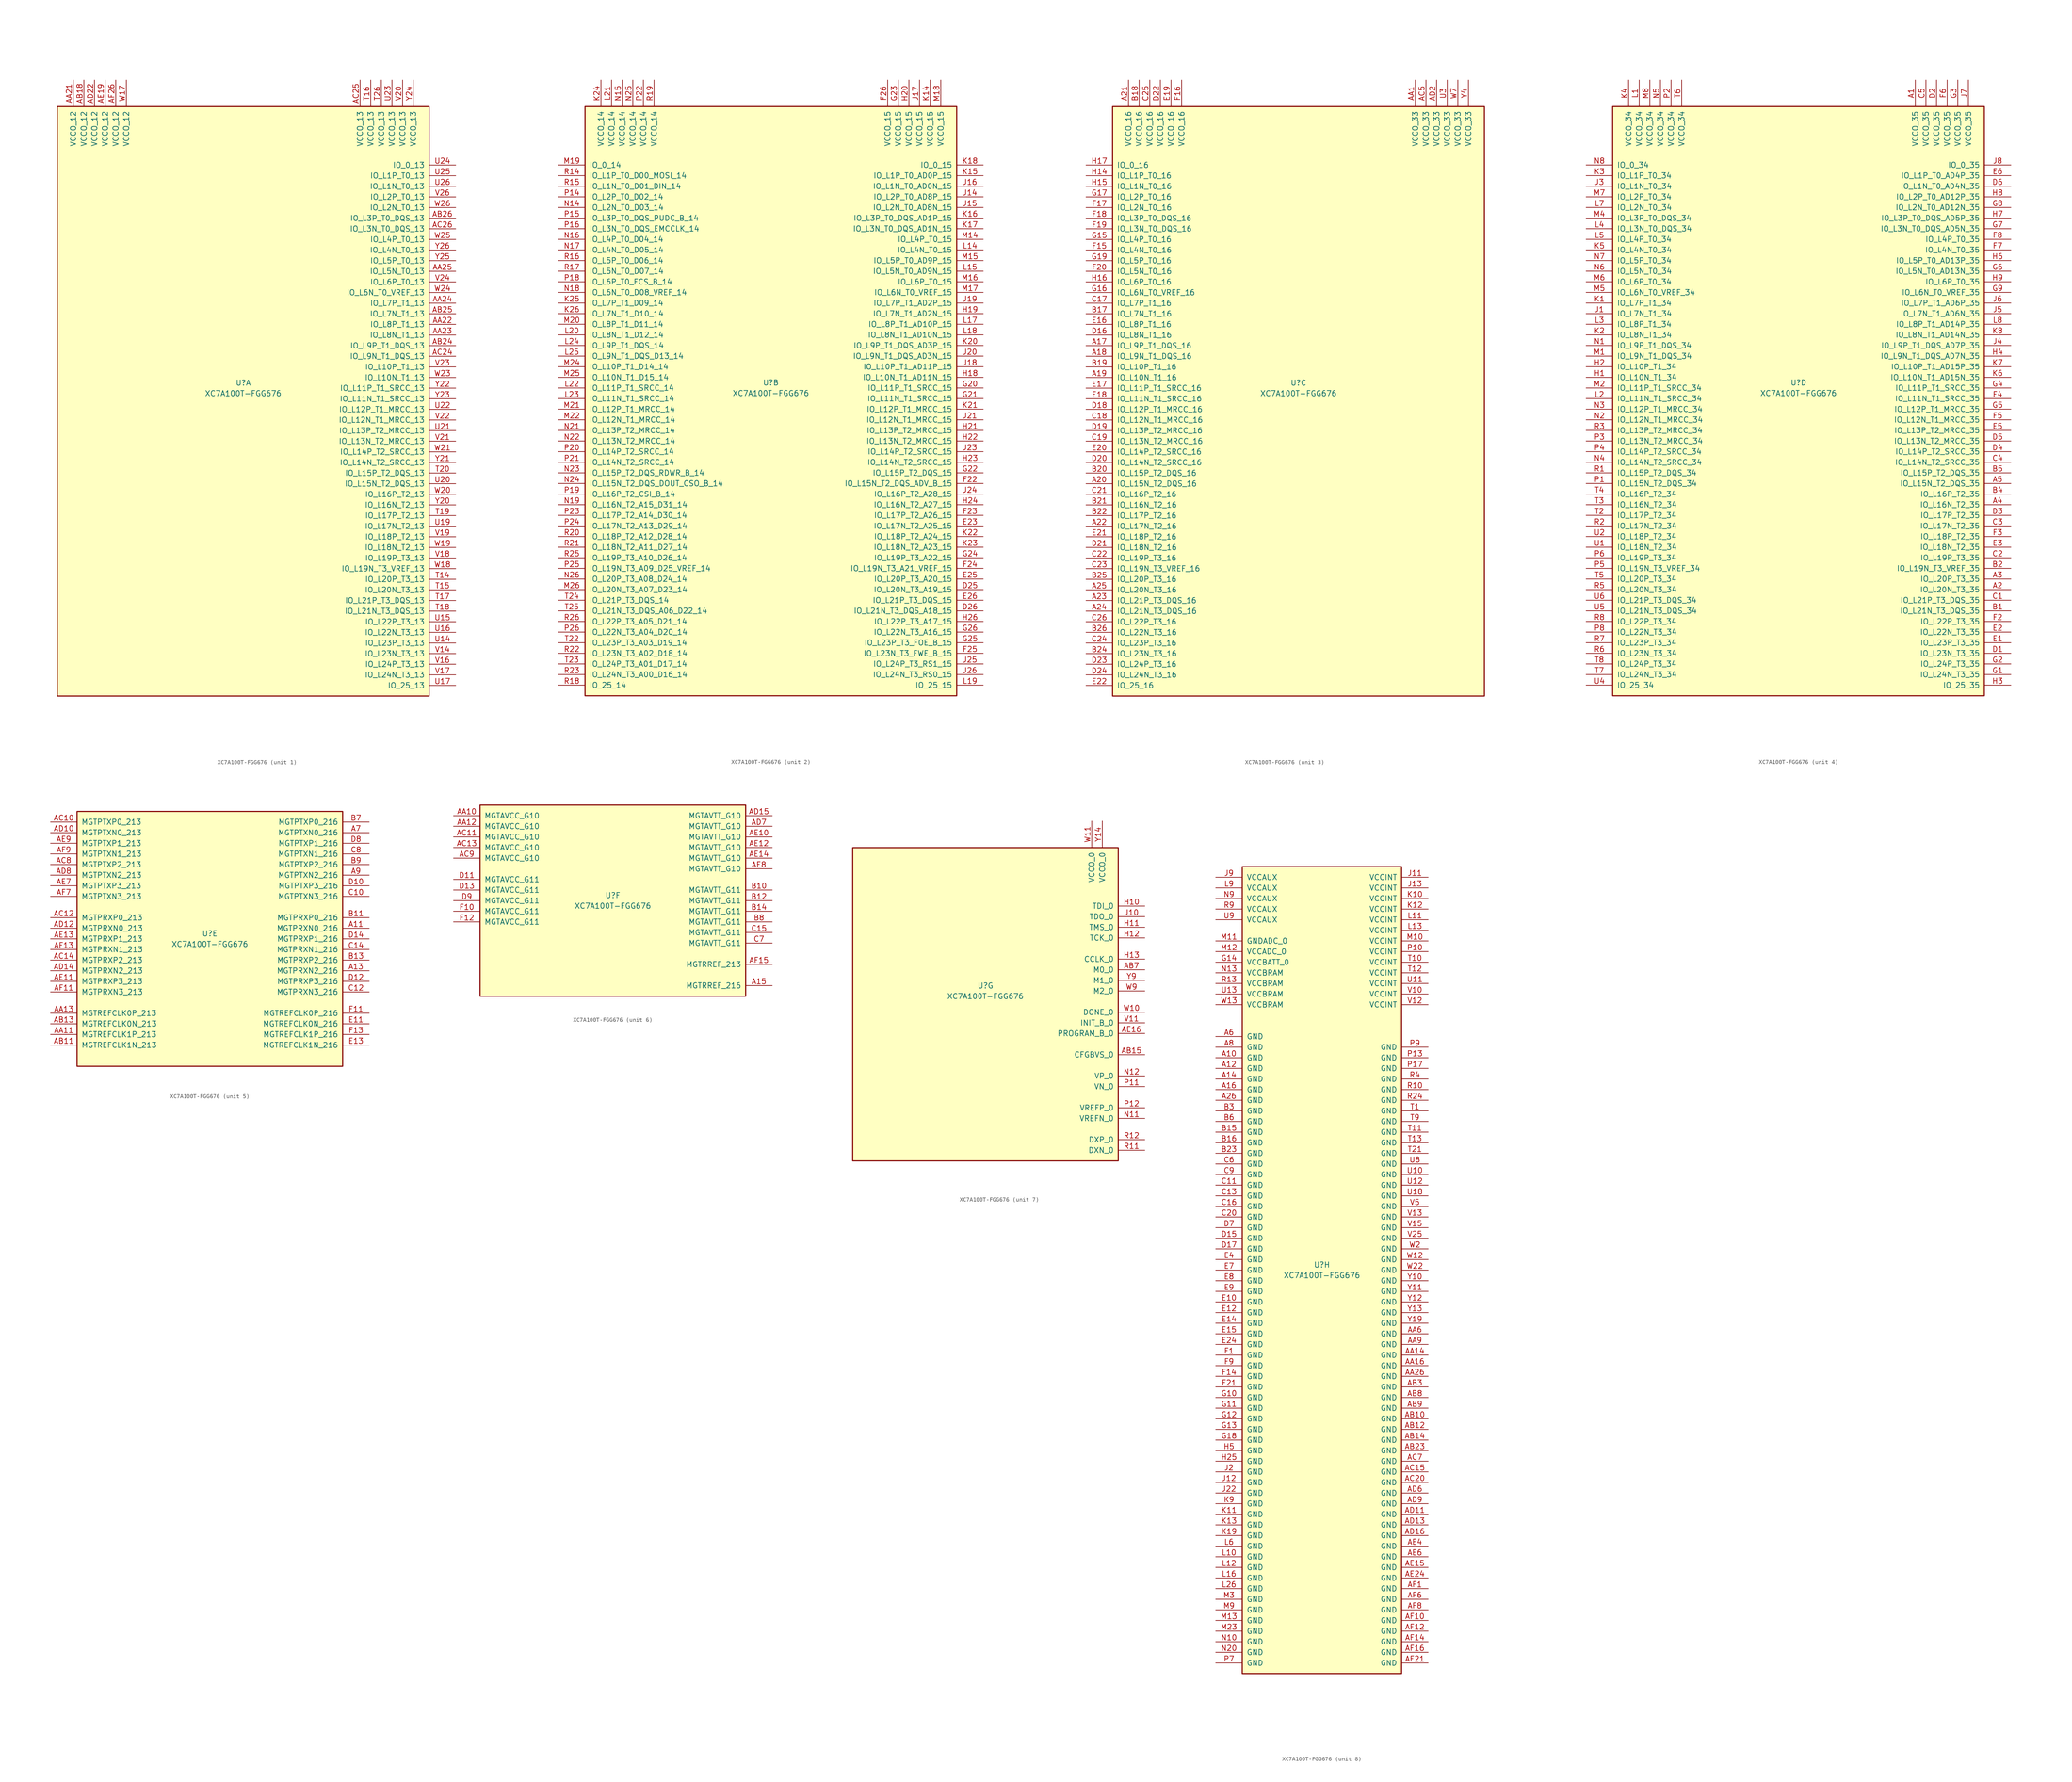
<source format=kicad_sym>
(kicad_symbol_lib
  (version 20211014)
  (generator kicad_symbol_editor)
  (symbol "XC7A100T-FGG676"
    (pin_names
      (offset 1.016))
    (property "Reference" "U"
      (at 0 1.27 0)
      (effects (font (size 1.27 1.27))))
    (property "Value" "XC7A100T-FGG676"
      (at 0 -1.27 0)
      (effects (font (size 1.27 1.27))))
    (property "Datasheet" ""
      (at 0 0 0)
      (effects (font (size 1.27 1.27))))
    (property "ki_locked" ""
      (at 0 0 0)
      (effects (font (size 1.27 1.27))))
    (symbol "XC7A100T-FGG676_1_1"
      (rectangle (start -44.45 67.31) (end 44.45 -73.66) (stroke (width 0.254) (type default) (color 0 0 0 0)) (fill (type background)))
      (pin power_in line (at -40.64 73.66 270) (length 6.35) (name "VCCO_12" (effects (font (size 1.27 1.27)))) (number "AA21" (effects (font (size 1.27 1.27)))))
      (pin bidirectional line (at 50.8 15.24 180) (length 6.35) (name "IO_L8P_T1_13" (effects (font (size 1.27 1.27)))) (number "AA22" (effects (font (size 1.27 1.27)))))
      (pin bidirectional line (at 50.8 12.7 180) (length 6.35) (name "IO_L8N_T1_13" (effects (font (size 1.27 1.27)))) (number "AA23" (effects (font (size 1.27 1.27)))))
      (pin bidirectional line (at 50.8 20.32 180) (length 6.35) (name "IO_L7P_T1_13" (effects (font (size 1.27 1.27)))) (number "AA24" (effects (font (size 1.27 1.27)))))
      (pin bidirectional line (at 50.8 27.94 180) (length 6.35) (name "IO_L5N_T0_13" (effects (font (size 1.27 1.27)))) (number "AA25" (effects (font (size 1.27 1.27)))))
      (pin power_in line (at -38.1 73.66 270) (length 6.35) (name "VCCO_12" (effects (font (size 1.27 1.27)))) (number "AB18" (effects (font (size 1.27 1.27)))))
      (pin bidirectional line (at 50.8 10.16 180) (length 6.35) (name "IO_L9P_T1_DQS_13" (effects (font (size 1.27 1.27)))) (number "AB24" (effects (font (size 1.27 1.27)))))
      (pin bidirectional line (at 50.8 17.78 180) (length 6.35) (name "IO_L7N_T1_13" (effects (font (size 1.27 1.27)))) (number "AB25" (effects (font (size 1.27 1.27)))))
      (pin bidirectional line (at 50.8 40.64 180) (length 6.35) (name "IO_L3P_T0_DQS_13" (effects (font (size 1.27 1.27)))) (number "AB26" (effects (font (size 1.27 1.27)))))
      (pin bidirectional line (at 50.8 7.62 180) (length 6.35) (name "IO_L9N_T1_DQS_13" (effects (font (size 1.27 1.27)))) (number "AC24" (effects (font (size 1.27 1.27)))))
      (pin power_in line (at 27.94 73.66 270) (length 6.35) (name "VCCO_13" (effects (font (size 1.27 1.27)))) (number "AC25" (effects (font (size 1.27 1.27)))))
      (pin bidirectional line (at 50.8 38.1 180) (length 6.35) (name "IO_L3N_T0_DQS_13" (effects (font (size 1.27 1.27)))) (number "AC26" (effects (font (size 1.27 1.27)))))
      (pin power_in line (at -35.56 73.66 270) (length 6.35) (name "VCCO_12" (effects (font (size 1.27 1.27)))) (number "AD22" (effects (font (size 1.27 1.27)))))
      (pin power_in line (at -33.02 73.66 270) (length 6.35) (name "VCCO_12" (effects (font (size 1.27 1.27)))) (number "AE19" (effects (font (size 1.27 1.27)))))
      (pin power_in line (at -30.48 73.66 270) (length 6.35) (name "VCCO_12" (effects (font (size 1.27 1.27)))) (number "AF26" (effects (font (size 1.27 1.27)))))
      (pin bidirectional line (at 50.8 -45.72 180) (length 6.35) (name "IO_L20P_T3_13" (effects (font (size 1.27 1.27)))) (number "T14" (effects (font (size 1.27 1.27)))))
      (pin bidirectional line (at 50.8 -48.26 180) (length 6.35) (name "IO_L20N_T3_13" (effects (font (size 1.27 1.27)))) (number "T15" (effects (font (size 1.27 1.27)))))
      (pin power_in line (at 30.48 73.66 270) (length 6.35) (name "VCCO_13" (effects (font (size 1.27 1.27)))) (number "T16" (effects (font (size 1.27 1.27)))))
      (pin bidirectional line (at 50.8 -50.8 180) (length 6.35) (name "IO_L21P_T3_DQS_13" (effects (font (size 1.27 1.27)))) (number "T17" (effects (font (size 1.27 1.27)))))
      (pin bidirectional line (at 50.8 -53.34 180) (length 6.35) (name "IO_L21N_T3_DQS_13" (effects (font (size 1.27 1.27)))) (number "T18" (effects (font (size 1.27 1.27)))))
      (pin bidirectional line (at 50.8 -30.48 180) (length 6.35) (name "IO_L17P_T2_13" (effects (font (size 1.27 1.27)))) (number "T19" (effects (font (size 1.27 1.27)))))
      (pin bidirectional line (at 50.8 -20.32 180) (length 6.35) (name "IO_L15P_T2_DQS_13" (effects (font (size 1.27 1.27)))) (number "T20" (effects (font (size 1.27 1.27)))))
      (pin power_in line (at 33.02 73.66 270) (length 6.35) (name "VCCO_13" (effects (font (size 1.27 1.27)))) (number "T26" (effects (font (size 1.27 1.27)))))
      (pin bidirectional line (at 50.8 -60.96 180) (length 6.35) (name "IO_L23P_T3_13" (effects (font (size 1.27 1.27)))) (number "U14" (effects (font (size 1.27 1.27)))))
      (pin bidirectional line (at 50.8 -55.88 180) (length 6.35) (name "IO_L22P_T3_13" (effects (font (size 1.27 1.27)))) (number "U15" (effects (font (size 1.27 1.27)))))
      (pin bidirectional line (at 50.8 -58.42 180) (length 6.35) (name "IO_L22N_T3_13" (effects (font (size 1.27 1.27)))) (number "U16" (effects (font (size 1.27 1.27)))))
      (pin bidirectional line (at 50.8 -71.12 180) (length 6.35) (name "IO_25_13" (effects (font (size 1.27 1.27)))) (number "U17" (effects (font (size 1.27 1.27)))))
      (pin bidirectional line (at 50.8 -33.02 180) (length 6.35) (name "IO_L17N_T2_13" (effects (font (size 1.27 1.27)))) (number "U19" (effects (font (size 1.27 1.27)))))
      (pin bidirectional line (at 50.8 -22.86 180) (length 6.35) (name "IO_L15N_T2_DQS_13" (effects (font (size 1.27 1.27)))) (number "U20" (effects (font (size 1.27 1.27)))))
      (pin bidirectional line (at 50.8 -10.16 180) (length 6.35) (name "IO_L13P_T2_MRCC_13" (effects (font (size 1.27 1.27)))) (number "U21" (effects (font (size 1.27 1.27)))))
      (pin bidirectional line (at 50.8 -5.08 180) (length 6.35) (name "IO_L12P_T1_MRCC_13" (effects (font (size 1.27 1.27)))) (number "U22" (effects (font (size 1.27 1.27)))))
      (pin power_in line (at 35.56 73.66 270) (length 6.35) (name "VCCO_13" (effects (font (size 1.27 1.27)))) (number "U23" (effects (font (size 1.27 1.27)))))
      (pin bidirectional line (at 50.8 53.34 180) (length 6.35) (name "IO_0_13" (effects (font (size 1.27 1.27)))) (number "U24" (effects (font (size 1.27 1.27)))))
      (pin bidirectional line (at 50.8 50.8 180) (length 6.35) (name "IO_L1P_T0_13" (effects (font (size 1.27 1.27)))) (number "U25" (effects (font (size 1.27 1.27)))))
      (pin bidirectional line (at 50.8 48.26 180) (length 6.35) (name "IO_L1N_T0_13" (effects (font (size 1.27 1.27)))) (number "U26" (effects (font (size 1.27 1.27)))))
      (pin bidirectional line (at 50.8 -63.5 180) (length 6.35) (name "IO_L23N_T3_13" (effects (font (size 1.27 1.27)))) (number "V14" (effects (font (size 1.27 1.27)))))
      (pin bidirectional line (at 50.8 -66.04 180) (length 6.35) (name "IO_L24P_T3_13" (effects (font (size 1.27 1.27)))) (number "V16" (effects (font (size 1.27 1.27)))))
      (pin bidirectional line (at 50.8 -68.58 180) (length 6.35) (name "IO_L24N_T3_13" (effects (font (size 1.27 1.27)))) (number "V17" (effects (font (size 1.27 1.27)))))
      (pin bidirectional line (at 50.8 -40.64 180) (length 6.35) (name "IO_L19P_T3_13" (effects (font (size 1.27 1.27)))) (number "V18" (effects (font (size 1.27 1.27)))))
      (pin bidirectional line (at 50.8 -35.56 180) (length 6.35) (name "IO_L18P_T2_13" (effects (font (size 1.27 1.27)))) (number "V19" (effects (font (size 1.27 1.27)))))
      (pin power_in line (at 38.1 73.66 270) (length 6.35) (name "VCCO_13" (effects (font (size 1.27 1.27)))) (number "V20" (effects (font (size 1.27 1.27)))))
      (pin bidirectional line (at 50.8 -12.7 180) (length 6.35) (name "IO_L13N_T2_MRCC_13" (effects (font (size 1.27 1.27)))) (number "V21" (effects (font (size 1.27 1.27)))))
      (pin bidirectional line (at 50.8 -7.62 180) (length 6.35) (name "IO_L12N_T1_MRCC_13" (effects (font (size 1.27 1.27)))) (number "V22" (effects (font (size 1.27 1.27)))))
      (pin bidirectional line (at 50.8 5.08 180) (length 6.35) (name "IO_L10P_T1_13" (effects (font (size 1.27 1.27)))) (number "V23" (effects (font (size 1.27 1.27)))))
      (pin bidirectional line (at 50.8 25.4 180) (length 6.35) (name "IO_L6P_T0_13" (effects (font (size 1.27 1.27)))) (number "V24" (effects (font (size 1.27 1.27)))))
      (pin bidirectional line (at 50.8 45.72 180) (length 6.35) (name "IO_L2P_T0_13" (effects (font (size 1.27 1.27)))) (number "V26" (effects (font (size 1.27 1.27)))))
      (pin power_in line (at -27.94 73.66 270) (length 6.35) (name "VCCO_12" (effects (font (size 1.27 1.27)))) (number "W17" (effects (font (size 1.27 1.27)))))
      (pin bidirectional line (at 50.8 -43.18 180) (length 6.35) (name "IO_L19N_T3_VREF_13" (effects (font (size 1.27 1.27)))) (number "W18" (effects (font (size 1.27 1.27)))))
      (pin bidirectional line (at 50.8 -38.1 180) (length 6.35) (name "IO_L18N_T2_13" (effects (font (size 1.27 1.27)))) (number "W19" (effects (font (size 1.27 1.27)))))
      (pin bidirectional line (at 50.8 -25.4 180) (length 6.35) (name "IO_L16P_T2_13" (effects (font (size 1.27 1.27)))) (number "W20" (effects (font (size 1.27 1.27)))))
      (pin bidirectional line (at 50.8 -15.24 180) (length 6.35) (name "IO_L14P_T2_SRCC_13" (effects (font (size 1.27 1.27)))) (number "W21" (effects (font (size 1.27 1.27)))))
      (pin bidirectional line (at 50.8 2.54 180) (length 6.35) (name "IO_L10N_T1_13" (effects (font (size 1.27 1.27)))) (number "W23" (effects (font (size 1.27 1.27)))))
      (pin bidirectional line (at 50.8 22.86 180) (length 6.35) (name "IO_L6N_T0_VREF_13" (effects (font (size 1.27 1.27)))) (number "W24" (effects (font (size 1.27 1.27)))))
      (pin bidirectional line (at 50.8 35.56 180) (length 6.35) (name "IO_L4P_T0_13" (effects (font (size 1.27 1.27)))) (number "W25" (effects (font (size 1.27 1.27)))))
      (pin bidirectional line (at 50.8 43.18 180) (length 6.35) (name "IO_L2N_T0_13" (effects (font (size 1.27 1.27)))) (number "W26" (effects (font (size 1.27 1.27)))))
      (pin bidirectional line (at 50.8 -27.94 180) (length 6.35) (name "IO_L16N_T2_13" (effects (font (size 1.27 1.27)))) (number "Y20" (effects (font (size 1.27 1.27)))))
      (pin bidirectional line (at 50.8 -17.78 180) (length 6.35) (name "IO_L14N_T2_SRCC_13" (effects (font (size 1.27 1.27)))) (number "Y21" (effects (font (size 1.27 1.27)))))
      (pin bidirectional line (at 50.8 0 180) (length 6.35) (name "IO_L11P_T1_SRCC_13" (effects (font (size 1.27 1.27)))) (number "Y22" (effects (font (size 1.27 1.27)))))
      (pin bidirectional line (at 50.8 -2.54 180) (length 6.35) (name "IO_L11N_T1_SRCC_13" (effects (font (size 1.27 1.27)))) (number "Y23" (effects (font (size 1.27 1.27)))))
      (pin power_in line (at 40.64 73.66 270) (length 6.35) (name "VCCO_13" (effects (font (size 1.27 1.27)))) (number "Y24" (effects (font (size 1.27 1.27)))))
      (pin bidirectional line (at 50.8 30.48 180) (length 6.35) (name "IO_L5P_T0_13" (effects (font (size 1.27 1.27)))) (number "Y25" (effects (font (size 1.27 1.27)))))
      (pin bidirectional line (at 50.8 33.02 180) (length 6.35) (name "IO_L4N_T0_13" (effects (font (size 1.27 1.27)))) (number "Y26" (effects (font (size 1.27 1.27))))))
    (symbol "XC7A100T-FGG676_2_1"
      (rectangle (start -44.45 67.31) (end 44.45 -73.66) (stroke (width 0.254) (type default) (color 0 0 0 0)) (fill (type background)))
      (pin bidirectional line (at 50.8 -48.26 180) (length 6.35) (name "IO_L20N_T3_A19_15" (effects (font (size 1.27 1.27)))) (number "D25" (effects (font (size 1.27 1.27)))))
      (pin bidirectional line (at 50.8 -53.34 180) (length 6.35) (name "IO_L21N_T3_DQS_A18_15" (effects (font (size 1.27 1.27)))) (number "D26" (effects (font (size 1.27 1.27)))))
      (pin bidirectional line (at 50.8 -33.02 180) (length 6.35) (name "IO_L17N_T2_A25_15" (effects (font (size 1.27 1.27)))) (number "E23" (effects (font (size 1.27 1.27)))))
      (pin bidirectional line (at 50.8 -45.72 180) (length 6.35) (name "IO_L20P_T3_A20_15" (effects (font (size 1.27 1.27)))) (number "E25" (effects (font (size 1.27 1.27)))))
      (pin bidirectional line (at 50.8 -50.8 180) (length 6.35) (name "IO_L21P_T3_DQS_15" (effects (font (size 1.27 1.27)))) (number "E26" (effects (font (size 1.27 1.27)))))
      (pin bidirectional line (at 50.8 -22.86 180) (length 6.35) (name "IO_L15N_T2_DQS_ADV_B_15" (effects (font (size 1.27 1.27)))) (number "F22" (effects (font (size 1.27 1.27)))))
      (pin bidirectional line (at 50.8 -30.48 180) (length 6.35) (name "IO_L17P_T2_A26_15" (effects (font (size 1.27 1.27)))) (number "F23" (effects (font (size 1.27 1.27)))))
      (pin bidirectional line (at 50.8 -43.18 180) (length 6.35) (name "IO_L19N_T3_A21_VREF_15" (effects (font (size 1.27 1.27)))) (number "F24" (effects (font (size 1.27 1.27)))))
      (pin bidirectional line (at 50.8 -63.5 180) (length 6.35) (name "IO_L23N_T3_FWE_B_15" (effects (font (size 1.27 1.27)))) (number "F25" (effects (font (size 1.27 1.27)))))
      (pin power_in line (at 27.94 73.66 270) (length 6.35) (name "VCCO_15" (effects (font (size 1.27 1.27)))) (number "F26" (effects (font (size 1.27 1.27)))))
      (pin bidirectional line (at 50.8 0 180) (length 6.35) (name "IO_L11P_T1_SRCC_15" (effects (font (size 1.27 1.27)))) (number "G20" (effects (font (size 1.27 1.27)))))
      (pin bidirectional line (at 50.8 -2.54 180) (length 6.35) (name "IO_L11N_T1_SRCC_15" (effects (font (size 1.27 1.27)))) (number "G21" (effects (font (size 1.27 1.27)))))
      (pin bidirectional line (at 50.8 -20.32 180) (length 6.35) (name "IO_L15P_T2_DQS_15" (effects (font (size 1.27 1.27)))) (number "G22" (effects (font (size 1.27 1.27)))))
      (pin power_in line (at 30.48 73.66 270) (length 6.35) (name "VCCO_15" (effects (font (size 1.27 1.27)))) (number "G23" (effects (font (size 1.27 1.27)))))
      (pin bidirectional line (at 50.8 -40.64 180) (length 6.35) (name "IO_L19P_T3_A22_15" (effects (font (size 1.27 1.27)))) (number "G24" (effects (font (size 1.27 1.27)))))
      (pin bidirectional line (at 50.8 -60.96 180) (length 6.35) (name "IO_L23P_T3_FOE_B_15" (effects (font (size 1.27 1.27)))) (number "G25" (effects (font (size 1.27 1.27)))))
      (pin bidirectional line (at 50.8 -58.42 180) (length 6.35) (name "IO_L22N_T3_A16_15" (effects (font (size 1.27 1.27)))) (number "G26" (effects (font (size 1.27 1.27)))))
      (pin bidirectional line (at 50.8 2.54 180) (length 6.35) (name "IO_L10N_T1_AD11N_15" (effects (font (size 1.27 1.27)))) (number "H18" (effects (font (size 1.27 1.27)))))
      (pin bidirectional line (at 50.8 17.78 180) (length 6.35) (name "IO_L7N_T1_AD2N_15" (effects (font (size 1.27 1.27)))) (number "H19" (effects (font (size 1.27 1.27)))))
      (pin power_in line (at 33.02 73.66 270) (length 6.35) (name "VCCO_15" (effects (font (size 1.27 1.27)))) (number "H20" (effects (font (size 1.27 1.27)))))
      (pin bidirectional line (at 50.8 -10.16 180) (length 6.35) (name "IO_L13P_T2_MRCC_15" (effects (font (size 1.27 1.27)))) (number "H21" (effects (font (size 1.27 1.27)))))
      (pin bidirectional line (at 50.8 -12.7 180) (length 6.35) (name "IO_L13N_T2_MRCC_15" (effects (font (size 1.27 1.27)))) (number "H22" (effects (font (size 1.27 1.27)))))
      (pin bidirectional line (at 50.8 -17.78 180) (length 6.35) (name "IO_L14N_T2_SRCC_15" (effects (font (size 1.27 1.27)))) (number "H23" (effects (font (size 1.27 1.27)))))
      (pin bidirectional line (at 50.8 -27.94 180) (length 6.35) (name "IO_L16N_T2_A27_15" (effects (font (size 1.27 1.27)))) (number "H24" (effects (font (size 1.27 1.27)))))
      (pin bidirectional line (at 50.8 -55.88 180) (length 6.35) (name "IO_L22P_T3_A17_15" (effects (font (size 1.27 1.27)))) (number "H26" (effects (font (size 1.27 1.27)))))
      (pin bidirectional line (at 50.8 45.72 180) (length 6.35) (name "IO_L2P_T0_AD8P_15" (effects (font (size 1.27 1.27)))) (number "J14" (effects (font (size 1.27 1.27)))))
      (pin bidirectional line (at 50.8 43.18 180) (length 6.35) (name "IO_L2N_T0_AD8N_15" (effects (font (size 1.27 1.27)))) (number "J15" (effects (font (size 1.27 1.27)))))
      (pin bidirectional line (at 50.8 48.26 180) (length 6.35) (name "IO_L1N_T0_AD0N_15" (effects (font (size 1.27 1.27)))) (number "J16" (effects (font (size 1.27 1.27)))))
      (pin power_in line (at 35.56 73.66 270) (length 6.35) (name "VCCO_15" (effects (font (size 1.27 1.27)))) (number "J17" (effects (font (size 1.27 1.27)))))
      (pin bidirectional line (at 50.8 5.08 180) (length 6.35) (name "IO_L10P_T1_AD11P_15" (effects (font (size 1.27 1.27)))) (number "J18" (effects (font (size 1.27 1.27)))))
      (pin bidirectional line (at 50.8 20.32 180) (length 6.35) (name "IO_L7P_T1_AD2P_15" (effects (font (size 1.27 1.27)))) (number "J19" (effects (font (size 1.27 1.27)))))
      (pin bidirectional line (at 50.8 7.62 180) (length 6.35) (name "IO_L9N_T1_DQS_AD3N_15" (effects (font (size 1.27 1.27)))) (number "J20" (effects (font (size 1.27 1.27)))))
      (pin bidirectional line (at 50.8 -7.62 180) (length 6.35) (name "IO_L12N_T1_MRCC_15" (effects (font (size 1.27 1.27)))) (number "J21" (effects (font (size 1.27 1.27)))))
      (pin bidirectional line (at 50.8 -15.24 180) (length 6.35) (name "IO_L14P_T2_SRCC_15" (effects (font (size 1.27 1.27)))) (number "J23" (effects (font (size 1.27 1.27)))))
      (pin bidirectional line (at 50.8 -25.4 180) (length 6.35) (name "IO_L16P_T2_A28_15" (effects (font (size 1.27 1.27)))) (number "J24" (effects (font (size 1.27 1.27)))))
      (pin bidirectional line (at 50.8 -66.04 180) (length 6.35) (name "IO_L24P_T3_RS1_15" (effects (font (size 1.27 1.27)))) (number "J25" (effects (font (size 1.27 1.27)))))
      (pin bidirectional line (at 50.8 -68.58 180) (length 6.35) (name "IO_L24N_T3_RS0_15" (effects (font (size 1.27 1.27)))) (number "J26" (effects (font (size 1.27 1.27)))))
      (pin power_in line (at 38.1 73.66 270) (length 6.35) (name "VCCO_15" (effects (font (size 1.27 1.27)))) (number "K14" (effects (font (size 1.27 1.27)))))
      (pin bidirectional line (at 50.8 50.8 180) (length 6.35) (name "IO_L1P_T0_AD0P_15" (effects (font (size 1.27 1.27)))) (number "K15" (effects (font (size 1.27 1.27)))))
      (pin bidirectional line (at 50.8 40.64 180) (length 6.35) (name "IO_L3P_T0_DQS_AD1P_15" (effects (font (size 1.27 1.27)))) (number "K16" (effects (font (size 1.27 1.27)))))
      (pin bidirectional line (at 50.8 38.1 180) (length 6.35) (name "IO_L3N_T0_DQS_AD1N_15" (effects (font (size 1.27 1.27)))) (number "K17" (effects (font (size 1.27 1.27)))))
      (pin bidirectional line (at 50.8 53.34 180) (length 6.35) (name "IO_0_15" (effects (font (size 1.27 1.27)))) (number "K18" (effects (font (size 1.27 1.27)))))
      (pin bidirectional line (at 50.8 10.16 180) (length 6.35) (name "IO_L9P_T1_DQS_AD3P_15" (effects (font (size 1.27 1.27)))) (number "K20" (effects (font (size 1.27 1.27)))))
      (pin bidirectional line (at 50.8 -5.08 180) (length 6.35) (name "IO_L12P_T1_MRCC_15" (effects (font (size 1.27 1.27)))) (number "K21" (effects (font (size 1.27 1.27)))))
      (pin bidirectional line (at 50.8 -35.56 180) (length 6.35) (name "IO_L18P_T2_A24_15" (effects (font (size 1.27 1.27)))) (number "K22" (effects (font (size 1.27 1.27)))))
      (pin bidirectional line (at 50.8 -38.1 180) (length 6.35) (name "IO_L18N_T2_A23_15" (effects (font (size 1.27 1.27)))) (number "K23" (effects (font (size 1.27 1.27)))))
      (pin power_in line (at -40.64 73.66 270) (length 6.35) (name "VCCO_14" (effects (font (size 1.27 1.27)))) (number "K24" (effects (font (size 1.27 1.27)))))
      (pin bidirectional line (at -50.8 20.32 0) (length 6.35) (name "IO_L7P_T1_D09_14" (effects (font (size 1.27 1.27)))) (number "K25" (effects (font (size 1.27 1.27)))))
      (pin bidirectional line (at -50.8 17.78 0) (length 6.35) (name "IO_L7N_T1_D10_14" (effects (font (size 1.27 1.27)))) (number "K26" (effects (font (size 1.27 1.27)))))
      (pin bidirectional line (at 50.8 33.02 180) (length 6.35) (name "IO_L4N_T0_15" (effects (font (size 1.27 1.27)))) (number "L14" (effects (font (size 1.27 1.27)))))
      (pin bidirectional line (at 50.8 27.94 180) (length 6.35) (name "IO_L5N_T0_AD9N_15" (effects (font (size 1.27 1.27)))) (number "L15" (effects (font (size 1.27 1.27)))))
      (pin bidirectional line (at 50.8 15.24 180) (length 6.35) (name "IO_L8P_T1_AD10P_15" (effects (font (size 1.27 1.27)))) (number "L17" (effects (font (size 1.27 1.27)))))
      (pin bidirectional line (at 50.8 12.7 180) (length 6.35) (name "IO_L8N_T1_AD10N_15" (effects (font (size 1.27 1.27)))) (number "L18" (effects (font (size 1.27 1.27)))))
      (pin bidirectional line (at 50.8 -71.12 180) (length 6.35) (name "IO_25_15" (effects (font (size 1.27 1.27)))) (number "L19" (effects (font (size 1.27 1.27)))))
      (pin bidirectional line (at -50.8 12.7 0) (length 6.35) (name "IO_L8N_T1_D12_14" (effects (font (size 1.27 1.27)))) (number "L20" (effects (font (size 1.27 1.27)))))
      (pin power_in line (at -38.1 73.66 270) (length 6.35) (name "VCCO_14" (effects (font (size 1.27 1.27)))) (number "L21" (effects (font (size 1.27 1.27)))))
      (pin bidirectional line (at -50.8 0 0) (length 6.35) (name "IO_L11P_T1_SRCC_14" (effects (font (size 1.27 1.27)))) (number "L22" (effects (font (size 1.27 1.27)))))
      (pin bidirectional line (at -50.8 -2.54 0) (length 6.35) (name "IO_L11N_T1_SRCC_14" (effects (font (size 1.27 1.27)))) (number "L23" (effects (font (size 1.27 1.27)))))
      (pin bidirectional line (at -50.8 10.16 0) (length 6.35) (name "IO_L9P_T1_DQS_14" (effects (font (size 1.27 1.27)))) (number "L24" (effects (font (size 1.27 1.27)))))
      (pin bidirectional line (at -50.8 7.62 0) (length 6.35) (name "IO_L9N_T1_DQS_D13_14" (effects (font (size 1.27 1.27)))) (number "L25" (effects (font (size 1.27 1.27)))))
      (pin bidirectional line (at 50.8 35.56 180) (length 6.35) (name "IO_L4P_T0_15" (effects (font (size 1.27 1.27)))) (number "M14" (effects (font (size 1.27 1.27)))))
      (pin bidirectional line (at 50.8 30.48 180) (length 6.35) (name "IO_L5P_T0_AD9P_15" (effects (font (size 1.27 1.27)))) (number "M15" (effects (font (size 1.27 1.27)))))
      (pin bidirectional line (at 50.8 25.4 180) (length 6.35) (name "IO_L6P_T0_15" (effects (font (size 1.27 1.27)))) (number "M16" (effects (font (size 1.27 1.27)))))
      (pin bidirectional line (at 50.8 22.86 180) (length 6.35) (name "IO_L6N_T0_VREF_15" (effects (font (size 1.27 1.27)))) (number "M17" (effects (font (size 1.27 1.27)))))
      (pin power_in line (at 40.64 73.66 270) (length 6.35) (name "VCCO_15" (effects (font (size 1.27 1.27)))) (number "M18" (effects (font (size 1.27 1.27)))))
      (pin bidirectional line (at -50.8 53.34 0) (length 6.35) (name "IO_0_14" (effects (font (size 1.27 1.27)))) (number "M19" (effects (font (size 1.27 1.27)))))
      (pin bidirectional line (at -50.8 15.24 0) (length 6.35) (name "IO_L8P_T1_D11_14" (effects (font (size 1.27 1.27)))) (number "M20" (effects (font (size 1.27 1.27)))))
      (pin bidirectional line (at -50.8 -5.08 0) (length 6.35) (name "IO_L12P_T1_MRCC_14" (effects (font (size 1.27 1.27)))) (number "M21" (effects (font (size 1.27 1.27)))))
      (pin bidirectional line (at -50.8 -7.62 0) (length 6.35) (name "IO_L12N_T1_MRCC_14" (effects (font (size 1.27 1.27)))) (number "M22" (effects (font (size 1.27 1.27)))))
      (pin bidirectional line (at -50.8 5.08 0) (length 6.35) (name "IO_L10P_T1_D14_14" (effects (font (size 1.27 1.27)))) (number "M24" (effects (font (size 1.27 1.27)))))
      (pin bidirectional line (at -50.8 2.54 0) (length 6.35) (name "IO_L10N_T1_D15_14" (effects (font (size 1.27 1.27)))) (number "M25" (effects (font (size 1.27 1.27)))))
      (pin bidirectional line (at -50.8 -48.26 0) (length 6.35) (name "IO_L20N_T3_A07_D23_14" (effects (font (size 1.27 1.27)))) (number "M26" (effects (font (size 1.27 1.27)))))
      (pin bidirectional line (at -50.8 43.18 0) (length 6.35) (name "IO_L2N_T0_D03_14" (effects (font (size 1.27 1.27)))) (number "N14" (effects (font (size 1.27 1.27)))))
      (pin power_in line (at -35.56 73.66 270) (length 6.35) (name "VCCO_14" (effects (font (size 1.27 1.27)))) (number "N15" (effects (font (size 1.27 1.27)))))
      (pin bidirectional line (at -50.8 35.56 0) (length 6.35) (name "IO_L4P_T0_D04_14" (effects (font (size 1.27 1.27)))) (number "N16" (effects (font (size 1.27 1.27)))))
      (pin bidirectional line (at -50.8 33.02 0) (length 6.35) (name "IO_L4N_T0_D05_14" (effects (font (size 1.27 1.27)))) (number "N17" (effects (font (size 1.27 1.27)))))
      (pin bidirectional line (at -50.8 22.86 0) (length 6.35) (name "IO_L6N_T0_D08_VREF_14" (effects (font (size 1.27 1.27)))) (number "N18" (effects (font (size 1.27 1.27)))))
      (pin bidirectional line (at -50.8 -27.94 0) (length 6.35) (name "IO_L16N_T2_A15_D31_14" (effects (font (size 1.27 1.27)))) (number "N19" (effects (font (size 1.27 1.27)))))
      (pin bidirectional line (at -50.8 -10.16 0) (length 6.35) (name "IO_L13P_T2_MRCC_14" (effects (font (size 1.27 1.27)))) (number "N21" (effects (font (size 1.27 1.27)))))
      (pin bidirectional line (at -50.8 -12.7 0) (length 6.35) (name "IO_L13N_T2_MRCC_14" (effects (font (size 1.27 1.27)))) (number "N22" (effects (font (size 1.27 1.27)))))
      (pin bidirectional line (at -50.8 -20.32 0) (length 6.35) (name "IO_L15P_T2_DQS_RDWR_B_14" (effects (font (size 1.27 1.27)))) (number "N23" (effects (font (size 1.27 1.27)))))
      (pin bidirectional line (at -50.8 -22.86 0) (length 6.35) (name "IO_L15N_T2_DQS_DOUT_CSO_B_14" (effects (font (size 1.27 1.27)))) (number "N24" (effects (font (size 1.27 1.27)))))
      (pin power_in line (at -33.02 73.66 270) (length 6.35) (name "VCCO_14" (effects (font (size 1.27 1.27)))) (number "N25" (effects (font (size 1.27 1.27)))))
      (pin bidirectional line (at -50.8 -45.72 0) (length 6.35) (name "IO_L20P_T3_A08_D24_14" (effects (font (size 1.27 1.27)))) (number "N26" (effects (font (size 1.27 1.27)))))
      (pin bidirectional line (at -50.8 45.72 0) (length 6.35) (name "IO_L2P_T0_D02_14" (effects (font (size 1.27 1.27)))) (number "P14" (effects (font (size 1.27 1.27)))))
      (pin bidirectional line (at -50.8 40.64 0) (length 6.35) (name "IO_L3P_T0_DQS_PUDC_B_14" (effects (font (size 1.27 1.27)))) (number "P15" (effects (font (size 1.27 1.27)))))
      (pin bidirectional line (at -50.8 38.1 0) (length 6.35) (name "IO_L3N_T0_DQS_EMCCLK_14" (effects (font (size 1.27 1.27)))) (number "P16" (effects (font (size 1.27 1.27)))))
      (pin bidirectional line (at -50.8 25.4 0) (length 6.35) (name "IO_L6P_T0_FCS_B_14" (effects (font (size 1.27 1.27)))) (number "P18" (effects (font (size 1.27 1.27)))))
      (pin bidirectional line (at -50.8 -25.4 0) (length 6.35) (name "IO_L16P_T2_CSI_B_14" (effects (font (size 1.27 1.27)))) (number "P19" (effects (font (size 1.27 1.27)))))
      (pin bidirectional line (at -50.8 -15.24 0) (length 6.35) (name "IO_L14P_T2_SRCC_14" (effects (font (size 1.27 1.27)))) (number "P20" (effects (font (size 1.27 1.27)))))
      (pin bidirectional line (at -50.8 -17.78 0) (length 6.35) (name "IO_L14N_T2_SRCC_14" (effects (font (size 1.27 1.27)))) (number "P21" (effects (font (size 1.27 1.27)))))
      (pin power_in line (at -30.48 73.66 270) (length 6.35) (name "VCCO_14" (effects (font (size 1.27 1.27)))) (number "P22" (effects (font (size 1.27 1.27)))))
      (pin bidirectional line (at -50.8 -30.48 0) (length 6.35) (name "IO_L17P_T2_A14_D30_14" (effects (font (size 1.27 1.27)))) (number "P23" (effects (font (size 1.27 1.27)))))
      (pin bidirectional line (at -50.8 -33.02 0) (length 6.35) (name "IO_L17N_T2_A13_D29_14" (effects (font (size 1.27 1.27)))) (number "P24" (effects (font (size 1.27 1.27)))))
      (pin bidirectional line (at -50.8 -43.18 0) (length 6.35) (name "IO_L19N_T3_A09_D25_VREF_14" (effects (font (size 1.27 1.27)))) (number "P25" (effects (font (size 1.27 1.27)))))
      (pin bidirectional line (at -50.8 -58.42 0) (length 6.35) (name "IO_L22N_T3_A04_D20_14" (effects (font (size 1.27 1.27)))) (number "P26" (effects (font (size 1.27 1.27)))))
      (pin bidirectional line (at -50.8 50.8 0) (length 6.35) (name "IO_L1P_T0_D00_MOSI_14" (effects (font (size 1.27 1.27)))) (number "R14" (effects (font (size 1.27 1.27)))))
      (pin bidirectional line (at -50.8 48.26 0) (length 6.35) (name "IO_L1N_T0_D01_DIN_14" (effects (font (size 1.27 1.27)))) (number "R15" (effects (font (size 1.27 1.27)))))
      (pin bidirectional line (at -50.8 30.48 0) (length 6.35) (name "IO_L5P_T0_D06_14" (effects (font (size 1.27 1.27)))) (number "R16" (effects (font (size 1.27 1.27)))))
      (pin bidirectional line (at -50.8 27.94 0) (length 6.35) (name "IO_L5N_T0_D07_14" (effects (font (size 1.27 1.27)))) (number "R17" (effects (font (size 1.27 1.27)))))
      (pin bidirectional line (at -50.8 -71.12 0) (length 6.35) (name "IO_25_14" (effects (font (size 1.27 1.27)))) (number "R18" (effects (font (size 1.27 1.27)))))
      (pin power_in line (at -27.94 73.66 270) (length 6.35) (name "VCCO_14" (effects (font (size 1.27 1.27)))) (number "R19" (effects (font (size 1.27 1.27)))))
      (pin bidirectional line (at -50.8 -35.56 0) (length 6.35) (name "IO_L18P_T2_A12_D28_14" (effects (font (size 1.27 1.27)))) (number "R20" (effects (font (size 1.27 1.27)))))
      (pin bidirectional line (at -50.8 -38.1 0) (length 6.35) (name "IO_L18N_T2_A11_D27_14" (effects (font (size 1.27 1.27)))) (number "R21" (effects (font (size 1.27 1.27)))))
      (pin bidirectional line (at -50.8 -63.5 0) (length 6.35) (name "IO_L23N_T3_A02_D18_14" (effects (font (size 1.27 1.27)))) (number "R22" (effects (font (size 1.27 1.27)))))
      (pin bidirectional line (at -50.8 -68.58 0) (length 6.35) (name "IO_L24N_T3_A00_D16_14" (effects (font (size 1.27 1.27)))) (number "R23" (effects (font (size 1.27 1.27)))))
      (pin bidirectional line (at -50.8 -40.64 0) (length 6.35) (name "IO_L19P_T3_A10_D26_14" (effects (font (size 1.27 1.27)))) (number "R25" (effects (font (size 1.27 1.27)))))
      (pin bidirectional line (at -50.8 -55.88 0) (length 6.35) (name "IO_L22P_T3_A05_D21_14" (effects (font (size 1.27 1.27)))) (number "R26" (effects (font (size 1.27 1.27)))))
      (pin bidirectional line (at -50.8 -60.96 0) (length 6.35) (name "IO_L23P_T3_A03_D19_14" (effects (font (size 1.27 1.27)))) (number "T22" (effects (font (size 1.27 1.27)))))
      (pin bidirectional line (at -50.8 -66.04 0) (length 6.35) (name "IO_L24P_T3_A01_D17_14" (effects (font (size 1.27 1.27)))) (number "T23" (effects (font (size 1.27 1.27)))))
      (pin bidirectional line (at -50.8 -50.8 0) (length 6.35) (name "IO_L21P_T3_DQS_14" (effects (font (size 1.27 1.27)))) (number "T24" (effects (font (size 1.27 1.27)))))
      (pin bidirectional line (at -50.8 -53.34 0) (length 6.35) (name "IO_L21N_T3_DQS_A06_D22_14" (effects (font (size 1.27 1.27)))) (number "T25" (effects (font (size 1.27 1.27))))))
    (symbol "XC7A100T-FGG676_3_1"
      (rectangle (start -44.45 67.31) (end 44.45 -73.66) (stroke (width 0.254) (type default) (color 0 0 0 0)) (fill (type background)))
      (pin bidirectional line (at -50.8 10.16 0) (length 6.35) (name "IO_L9P_T1_DQS_16" (effects (font (size 1.27 1.27)))) (number "A17" (effects (font (size 1.27 1.27)))))
      (pin bidirectional line (at -50.8 7.62 0) (length 6.35) (name "IO_L9N_T1_DQS_16" (effects (font (size 1.27 1.27)))) (number "A18" (effects (font (size 1.27 1.27)))))
      (pin bidirectional line (at -50.8 2.54 0) (length 6.35) (name "IO_L10N_T1_16" (effects (font (size 1.27 1.27)))) (number "A19" (effects (font (size 1.27 1.27)))))
      (pin bidirectional line (at -50.8 -22.86 0) (length 6.35) (name "IO_L15N_T2_DQS_16" (effects (font (size 1.27 1.27)))) (number "A20" (effects (font (size 1.27 1.27)))))
      (pin power_in line (at -40.64 73.66 270) (length 6.35) (name "VCCO_16" (effects (font (size 1.27 1.27)))) (number "A21" (effects (font (size 1.27 1.27)))))
      (pin bidirectional line (at -50.8 -33.02 0) (length 6.35) (name "IO_L17N_T2_16" (effects (font (size 1.27 1.27)))) (number "A22" (effects (font (size 1.27 1.27)))))
      (pin bidirectional line (at -50.8 -50.8 0) (length 6.35) (name "IO_L21P_T3_DQS_16" (effects (font (size 1.27 1.27)))) (number "A23" (effects (font (size 1.27 1.27)))))
      (pin bidirectional line (at -50.8 -53.34 0) (length 6.35) (name "IO_L21N_T3_DQS_16" (effects (font (size 1.27 1.27)))) (number "A24" (effects (font (size 1.27 1.27)))))
      (pin bidirectional line (at -50.8 -48.26 0) (length 6.35) (name "IO_L20N_T3_16" (effects (font (size 1.27 1.27)))) (number "A25" (effects (font (size 1.27 1.27)))))
      (pin power_in line (at 27.94 73.66 270) (length 6.35) (name "VCCO_33" (effects (font (size 1.27 1.27)))) (number "AA1" (effects (font (size 1.27 1.27)))))
      (pin power_in line (at 30.48 73.66 270) (length 6.35) (name "VCCO_33" (effects (font (size 1.27 1.27)))) (number "AC5" (effects (font (size 1.27 1.27)))))
      (pin power_in line (at 33.02 73.66 270) (length 6.35) (name "VCCO_33" (effects (font (size 1.27 1.27)))) (number "AD2" (effects (font (size 1.27 1.27)))))
      (pin bidirectional line (at -50.8 17.78 0) (length 6.35) (name "IO_L7N_T1_16" (effects (font (size 1.27 1.27)))) (number "B17" (effects (font (size 1.27 1.27)))))
      (pin power_in line (at -38.1 73.66 270) (length 6.35) (name "VCCO_16" (effects (font (size 1.27 1.27)))) (number "B18" (effects (font (size 1.27 1.27)))))
      (pin bidirectional line (at -50.8 5.08 0) (length 6.35) (name "IO_L10P_T1_16" (effects (font (size 1.27 1.27)))) (number "B19" (effects (font (size 1.27 1.27)))))
      (pin bidirectional line (at -50.8 -20.32 0) (length 6.35) (name "IO_L15P_T2_DQS_16" (effects (font (size 1.27 1.27)))) (number "B20" (effects (font (size 1.27 1.27)))))
      (pin bidirectional line (at -50.8 -27.94 0) (length 6.35) (name "IO_L16N_T2_16" (effects (font (size 1.27 1.27)))) (number "B21" (effects (font (size 1.27 1.27)))))
      (pin bidirectional line (at -50.8 -30.48 0) (length 6.35) (name "IO_L17P_T2_16" (effects (font (size 1.27 1.27)))) (number "B22" (effects (font (size 1.27 1.27)))))
      (pin bidirectional line (at -50.8 -63.5 0) (length 6.35) (name "IO_L23N_T3_16" (effects (font (size 1.27 1.27)))) (number "B24" (effects (font (size 1.27 1.27)))))
      (pin bidirectional line (at -50.8 -45.72 0) (length 6.35) (name "IO_L20P_T3_16" (effects (font (size 1.27 1.27)))) (number "B25" (effects (font (size 1.27 1.27)))))
      (pin bidirectional line (at -50.8 -58.42 0) (length 6.35) (name "IO_L22N_T3_16" (effects (font (size 1.27 1.27)))) (number "B26" (effects (font (size 1.27 1.27)))))
      (pin bidirectional line (at -50.8 20.32 0) (length 6.35) (name "IO_L7P_T1_16" (effects (font (size 1.27 1.27)))) (number "C17" (effects (font (size 1.27 1.27)))))
      (pin bidirectional line (at -50.8 -7.62 0) (length 6.35) (name "IO_L12N_T1_MRCC_16" (effects (font (size 1.27 1.27)))) (number "C18" (effects (font (size 1.27 1.27)))))
      (pin bidirectional line (at -50.8 -12.7 0) (length 6.35) (name "IO_L13N_T2_MRCC_16" (effects (font (size 1.27 1.27)))) (number "C19" (effects (font (size 1.27 1.27)))))
      (pin bidirectional line (at -50.8 -25.4 0) (length 6.35) (name "IO_L16P_T2_16" (effects (font (size 1.27 1.27)))) (number "C21" (effects (font (size 1.27 1.27)))))
      (pin bidirectional line (at -50.8 -40.64 0) (length 6.35) (name "IO_L19P_T3_16" (effects (font (size 1.27 1.27)))) (number "C22" (effects (font (size 1.27 1.27)))))
      (pin bidirectional line (at -50.8 -43.18 0) (length 6.35) (name "IO_L19N_T3_VREF_16" (effects (font (size 1.27 1.27)))) (number "C23" (effects (font (size 1.27 1.27)))))
      (pin bidirectional line (at -50.8 -60.96 0) (length 6.35) (name "IO_L23P_T3_16" (effects (font (size 1.27 1.27)))) (number "C24" (effects (font (size 1.27 1.27)))))
      (pin power_in line (at -35.56 73.66 270) (length 6.35) (name "VCCO_16" (effects (font (size 1.27 1.27)))) (number "C25" (effects (font (size 1.27 1.27)))))
      (pin bidirectional line (at -50.8 -55.88 0) (length 6.35) (name "IO_L22P_T3_16" (effects (font (size 1.27 1.27)))) (number "C26" (effects (font (size 1.27 1.27)))))
      (pin bidirectional line (at -50.8 12.7 0) (length 6.35) (name "IO_L8N_T1_16" (effects (font (size 1.27 1.27)))) (number "D16" (effects (font (size 1.27 1.27)))))
      (pin bidirectional line (at -50.8 -5.08 0) (length 6.35) (name "IO_L12P_T1_MRCC_16" (effects (font (size 1.27 1.27)))) (number "D18" (effects (font (size 1.27 1.27)))))
      (pin bidirectional line (at -50.8 -10.16 0) (length 6.35) (name "IO_L13P_T2_MRCC_16" (effects (font (size 1.27 1.27)))) (number "D19" (effects (font (size 1.27 1.27)))))
      (pin bidirectional line (at -50.8 -17.78 0) (length 6.35) (name "IO_L14N_T2_SRCC_16" (effects (font (size 1.27 1.27)))) (number "D20" (effects (font (size 1.27 1.27)))))
      (pin bidirectional line (at -50.8 -38.1 0) (length 6.35) (name "IO_L18N_T2_16" (effects (font (size 1.27 1.27)))) (number "D21" (effects (font (size 1.27 1.27)))))
      (pin power_in line (at -33.02 73.66 270) (length 6.35) (name "VCCO_16" (effects (font (size 1.27 1.27)))) (number "D22" (effects (font (size 1.27 1.27)))))
      (pin bidirectional line (at -50.8 -66.04 0) (length 6.35) (name "IO_L24P_T3_16" (effects (font (size 1.27 1.27)))) (number "D23" (effects (font (size 1.27 1.27)))))
      (pin bidirectional line (at -50.8 -68.58 0) (length 6.35) (name "IO_L24N_T3_16" (effects (font (size 1.27 1.27)))) (number "D24" (effects (font (size 1.27 1.27)))))
      (pin bidirectional line (at -50.8 15.24 0) (length 6.35) (name "IO_L8P_T1_16" (effects (font (size 1.27 1.27)))) (number "E16" (effects (font (size 1.27 1.27)))))
      (pin bidirectional line (at -50.8 0 0) (length 6.35) (name "IO_L11P_T1_SRCC_16" (effects (font (size 1.27 1.27)))) (number "E17" (effects (font (size 1.27 1.27)))))
      (pin bidirectional line (at -50.8 -2.54 0) (length 6.35) (name "IO_L11N_T1_SRCC_16" (effects (font (size 1.27 1.27)))) (number "E18" (effects (font (size 1.27 1.27)))))
      (pin power_in line (at -30.48 73.66 270) (length 6.35) (name "VCCO_16" (effects (font (size 1.27 1.27)))) (number "E19" (effects (font (size 1.27 1.27)))))
      (pin bidirectional line (at -50.8 -15.24 0) (length 6.35) (name "IO_L14P_T2_SRCC_16" (effects (font (size 1.27 1.27)))) (number "E20" (effects (font (size 1.27 1.27)))))
      (pin bidirectional line (at -50.8 -35.56 0) (length 6.35) (name "IO_L18P_T2_16" (effects (font (size 1.27 1.27)))) (number "E21" (effects (font (size 1.27 1.27)))))
      (pin bidirectional line (at -50.8 -71.12 0) (length 6.35) (name "IO_25_16" (effects (font (size 1.27 1.27)))) (number "E22" (effects (font (size 1.27 1.27)))))
      (pin bidirectional line (at -50.8 33.02 0) (length 6.35) (name "IO_L4N_T0_16" (effects (font (size 1.27 1.27)))) (number "F15" (effects (font (size 1.27 1.27)))))
      (pin power_in line (at -27.94 73.66 270) (length 6.35) (name "VCCO_16" (effects (font (size 1.27 1.27)))) (number "F16" (effects (font (size 1.27 1.27)))))
      (pin bidirectional line (at -50.8 43.18 0) (length 6.35) (name "IO_L2N_T0_16" (effects (font (size 1.27 1.27)))) (number "F17" (effects (font (size 1.27 1.27)))))
      (pin bidirectional line (at -50.8 40.64 0) (length 6.35) (name "IO_L3P_T0_DQS_16" (effects (font (size 1.27 1.27)))) (number "F18" (effects (font (size 1.27 1.27)))))
      (pin bidirectional line (at -50.8 38.1 0) (length 6.35) (name "IO_L3N_T0_DQS_16" (effects (font (size 1.27 1.27)))) (number "F19" (effects (font (size 1.27 1.27)))))
      (pin bidirectional line (at -50.8 27.94 0) (length 6.35) (name "IO_L5N_T0_16" (effects (font (size 1.27 1.27)))) (number "F20" (effects (font (size 1.27 1.27)))))
      (pin bidirectional line (at -50.8 35.56 0) (length 6.35) (name "IO_L4P_T0_16" (effects (font (size 1.27 1.27)))) (number "G15" (effects (font (size 1.27 1.27)))))
      (pin bidirectional line (at -50.8 22.86 0) (length 6.35) (name "IO_L6N_T0_VREF_16" (effects (font (size 1.27 1.27)))) (number "G16" (effects (font (size 1.27 1.27)))))
      (pin bidirectional line (at -50.8 45.72 0) (length 6.35) (name "IO_L2P_T0_16" (effects (font (size 1.27 1.27)))) (number "G17" (effects (font (size 1.27 1.27)))))
      (pin bidirectional line (at -50.8 30.48 0) (length 6.35) (name "IO_L5P_T0_16" (effects (font (size 1.27 1.27)))) (number "G19" (effects (font (size 1.27 1.27)))))
      (pin bidirectional line (at -50.8 50.8 0) (length 6.35) (name "IO_L1P_T0_16" (effects (font (size 1.27 1.27)))) (number "H14" (effects (font (size 1.27 1.27)))))
      (pin bidirectional line (at -50.8 48.26 0) (length 6.35) (name "IO_L1N_T0_16" (effects (font (size 1.27 1.27)))) (number "H15" (effects (font (size 1.27 1.27)))))
      (pin bidirectional line (at -50.8 25.4 0) (length 6.35) (name "IO_L6P_T0_16" (effects (font (size 1.27 1.27)))) (number "H16" (effects (font (size 1.27 1.27)))))
      (pin bidirectional line (at -50.8 53.34 0) (length 6.35) (name "IO_0_16" (effects (font (size 1.27 1.27)))) (number "H17" (effects (font (size 1.27 1.27)))))
      (pin power_in line (at 35.56 73.66 270) (length 6.35) (name "VCCO_33" (effects (font (size 1.27 1.27)))) (number "U3" (effects (font (size 1.27 1.27)))))
      (pin power_in line (at 38.1 73.66 270) (length 6.35) (name "VCCO_33" (effects (font (size 1.27 1.27)))) (number "W7" (effects (font (size 1.27 1.27)))))
      (pin power_in line (at 40.64 73.66 270) (length 6.35) (name "VCCO_33" (effects (font (size 1.27 1.27)))) (number "Y4" (effects (font (size 1.27 1.27))))))
    (symbol "XC7A100T-FGG676_4_1"
      (rectangle (start -44.45 67.31) (end 44.45 -73.66) (stroke (width 0.254) (type default) (color 0 0 0 0)) (fill (type background)))
      (pin power_in line (at 27.94 73.66 270) (length 6.35) (name "VCCO_35" (effects (font (size 1.27 1.27)))) (number "A1" (effects (font (size 1.27 1.27)))))
      (pin bidirectional line (at 50.8 -48.26 180) (length 6.35) (name "IO_L20N_T3_35" (effects (font (size 1.27 1.27)))) (number "A2" (effects (font (size 1.27 1.27)))))
      (pin bidirectional line (at 50.8 -45.72 180) (length 6.35) (name "IO_L20P_T3_35" (effects (font (size 1.27 1.27)))) (number "A3" (effects (font (size 1.27 1.27)))))
      (pin bidirectional line (at 50.8 -27.94 180) (length 6.35) (name "IO_L16N_T2_35" (effects (font (size 1.27 1.27)))) (number "A4" (effects (font (size 1.27 1.27)))))
      (pin bidirectional line (at 50.8 -22.86 180) (length 6.35) (name "IO_L15N_T2_DQS_35" (effects (font (size 1.27 1.27)))) (number "A5" (effects (font (size 1.27 1.27)))))
      (pin bidirectional line (at 50.8 -53.34 180) (length 6.35) (name "IO_L21N_T3_DQS_35" (effects (font (size 1.27 1.27)))) (number "B1" (effects (font (size 1.27 1.27)))))
      (pin bidirectional line (at 50.8 -43.18 180) (length 6.35) (name "IO_L19N_T3_VREF_35" (effects (font (size 1.27 1.27)))) (number "B2" (effects (font (size 1.27 1.27)))))
      (pin bidirectional line (at 50.8 -25.4 180) (length 6.35) (name "IO_L16P_T2_35" (effects (font (size 1.27 1.27)))) (number "B4" (effects (font (size 1.27 1.27)))))
      (pin bidirectional line (at 50.8 -20.32 180) (length 6.35) (name "IO_L15P_T2_DQS_35" (effects (font (size 1.27 1.27)))) (number "B5" (effects (font (size 1.27 1.27)))))
      (pin bidirectional line (at 50.8 -50.8 180) (length 6.35) (name "IO_L21P_T3_DQS_35" (effects (font (size 1.27 1.27)))) (number "C1" (effects (font (size 1.27 1.27)))))
      (pin bidirectional line (at 50.8 -40.64 180) (length 6.35) (name "IO_L19P_T3_35" (effects (font (size 1.27 1.27)))) (number "C2" (effects (font (size 1.27 1.27)))))
      (pin bidirectional line (at 50.8 -33.02 180) (length 6.35) (name "IO_L17N_T2_35" (effects (font (size 1.27 1.27)))) (number "C3" (effects (font (size 1.27 1.27)))))
      (pin bidirectional line (at 50.8 -17.78 180) (length 6.35) (name "IO_L14N_T2_SRCC_35" (effects (font (size 1.27 1.27)))) (number "C4" (effects (font (size 1.27 1.27)))))
      (pin power_in line (at 30.48 73.66 270) (length 6.35) (name "VCCO_35" (effects (font (size 1.27 1.27)))) (number "C5" (effects (font (size 1.27 1.27)))))
      (pin bidirectional line (at 50.8 -63.5 180) (length 6.35) (name "IO_L23N_T3_35" (effects (font (size 1.27 1.27)))) (number "D1" (effects (font (size 1.27 1.27)))))
      (pin power_in line (at 33.02 73.66 270) (length 6.35) (name "VCCO_35" (effects (font (size 1.27 1.27)))) (number "D2" (effects (font (size 1.27 1.27)))))
      (pin bidirectional line (at 50.8 -30.48 180) (length 6.35) (name "IO_L17P_T2_35" (effects (font (size 1.27 1.27)))) (number "D3" (effects (font (size 1.27 1.27)))))
      (pin bidirectional line (at 50.8 -15.24 180) (length 6.35) (name "IO_L14P_T2_SRCC_35" (effects (font (size 1.27 1.27)))) (number "D4" (effects (font (size 1.27 1.27)))))
      (pin bidirectional line (at 50.8 -12.7 180) (length 6.35) (name "IO_L13N_T2_MRCC_35" (effects (font (size 1.27 1.27)))) (number "D5" (effects (font (size 1.27 1.27)))))
      (pin bidirectional line (at 50.8 48.26 180) (length 6.35) (name "IO_L1N_T0_AD4N_35" (effects (font (size 1.27 1.27)))) (number "D6" (effects (font (size 1.27 1.27)))))
      (pin bidirectional line (at 50.8 -60.96 180) (length 6.35) (name "IO_L23P_T3_35" (effects (font (size 1.27 1.27)))) (number "E1" (effects (font (size 1.27 1.27)))))
      (pin bidirectional line (at 50.8 -58.42 180) (length 6.35) (name "IO_L22N_T3_35" (effects (font (size 1.27 1.27)))) (number "E2" (effects (font (size 1.27 1.27)))))
      (pin bidirectional line (at 50.8 -38.1 180) (length 6.35) (name "IO_L18N_T2_35" (effects (font (size 1.27 1.27)))) (number "E3" (effects (font (size 1.27 1.27)))))
      (pin bidirectional line (at 50.8 -10.16 180) (length 6.35) (name "IO_L13P_T2_MRCC_35" (effects (font (size 1.27 1.27)))) (number "E5" (effects (font (size 1.27 1.27)))))
      (pin bidirectional line (at 50.8 50.8 180) (length 6.35) (name "IO_L1P_T0_AD4P_35" (effects (font (size 1.27 1.27)))) (number "E6" (effects (font (size 1.27 1.27)))))
      (pin bidirectional line (at 50.8 -55.88 180) (length 6.35) (name "IO_L22P_T3_35" (effects (font (size 1.27 1.27)))) (number "F2" (effects (font (size 1.27 1.27)))))
      (pin bidirectional line (at 50.8 -35.56 180) (length 6.35) (name "IO_L18P_T2_35" (effects (font (size 1.27 1.27)))) (number "F3" (effects (font (size 1.27 1.27)))))
      (pin bidirectional line (at 50.8 -2.54 180) (length 6.35) (name "IO_L11N_T1_SRCC_35" (effects (font (size 1.27 1.27)))) (number "F4" (effects (font (size 1.27 1.27)))))
      (pin bidirectional line (at 50.8 -7.62 180) (length 6.35) (name "IO_L12N_T1_MRCC_35" (effects (font (size 1.27 1.27)))) (number "F5" (effects (font (size 1.27 1.27)))))
      (pin power_in line (at 35.56 73.66 270) (length 6.35) (name "VCCO_35" (effects (font (size 1.27 1.27)))) (number "F6" (effects (font (size 1.27 1.27)))))
      (pin bidirectional line (at 50.8 33.02 180) (length 6.35) (name "IO_L4N_T0_35" (effects (font (size 1.27 1.27)))) (number "F7" (effects (font (size 1.27 1.27)))))
      (pin bidirectional line (at 50.8 35.56 180) (length 6.35) (name "IO_L4P_T0_35" (effects (font (size 1.27 1.27)))) (number "F8" (effects (font (size 1.27 1.27)))))
      (pin bidirectional line (at 50.8 -68.58 180) (length 6.35) (name "IO_L24N_T3_35" (effects (font (size 1.27 1.27)))) (number "G1" (effects (font (size 1.27 1.27)))))
      (pin bidirectional line (at 50.8 -66.04 180) (length 6.35) (name "IO_L24P_T3_35" (effects (font (size 1.27 1.27)))) (number "G2" (effects (font (size 1.27 1.27)))))
      (pin power_in line (at 38.1 73.66 270) (length 6.35) (name "VCCO_35" (effects (font (size 1.27 1.27)))) (number "G3" (effects (font (size 1.27 1.27)))))
      (pin bidirectional line (at 50.8 0 180) (length 6.35) (name "IO_L11P_T1_SRCC_35" (effects (font (size 1.27 1.27)))) (number "G4" (effects (font (size 1.27 1.27)))))
      (pin bidirectional line (at 50.8 -5.08 180) (length 6.35) (name "IO_L12P_T1_MRCC_35" (effects (font (size 1.27 1.27)))) (number "G5" (effects (font (size 1.27 1.27)))))
      (pin bidirectional line (at 50.8 27.94 180) (length 6.35) (name "IO_L5N_T0_AD13N_35" (effects (font (size 1.27 1.27)))) (number "G6" (effects (font (size 1.27 1.27)))))
      (pin bidirectional line (at 50.8 38.1 180) (length 6.35) (name "IO_L3N_T0_DQS_AD5N_35" (effects (font (size 1.27 1.27)))) (number "G7" (effects (font (size 1.27 1.27)))))
      (pin bidirectional line (at 50.8 43.18 180) (length 6.35) (name "IO_L2N_T0_AD12N_35" (effects (font (size 1.27 1.27)))) (number "G8" (effects (font (size 1.27 1.27)))))
      (pin bidirectional line (at 50.8 22.86 180) (length 6.35) (name "IO_L6N_T0_VREF_35" (effects (font (size 1.27 1.27)))) (number "G9" (effects (font (size 1.27 1.27)))))
      (pin bidirectional line (at -50.8 2.54 0) (length 6.35) (name "IO_L10N_T1_34" (effects (font (size 1.27 1.27)))) (number "H1" (effects (font (size 1.27 1.27)))))
      (pin bidirectional line (at -50.8 5.08 0) (length 6.35) (name "IO_L10P_T1_34" (effects (font (size 1.27 1.27)))) (number "H2" (effects (font (size 1.27 1.27)))))
      (pin bidirectional line (at 50.8 -71.12 180) (length 6.35) (name "IO_25_35" (effects (font (size 1.27 1.27)))) (number "H3" (effects (font (size 1.27 1.27)))))
      (pin bidirectional line (at 50.8 7.62 180) (length 6.35) (name "IO_L9N_T1_DQS_AD7N_35" (effects (font (size 1.27 1.27)))) (number "H4" (effects (font (size 1.27 1.27)))))
      (pin bidirectional line (at 50.8 30.48 180) (length 6.35) (name "IO_L5P_T0_AD13P_35" (effects (font (size 1.27 1.27)))) (number "H6" (effects (font (size 1.27 1.27)))))
      (pin bidirectional line (at 50.8 40.64 180) (length 6.35) (name "IO_L3P_T0_DQS_AD5P_35" (effects (font (size 1.27 1.27)))) (number "H7" (effects (font (size 1.27 1.27)))))
      (pin bidirectional line (at 50.8 45.72 180) (length 6.35) (name "IO_L2P_T0_AD12P_35" (effects (font (size 1.27 1.27)))) (number "H8" (effects (font (size 1.27 1.27)))))
      (pin bidirectional line (at 50.8 25.4 180) (length 6.35) (name "IO_L6P_T0_35" (effects (font (size 1.27 1.27)))) (number "H9" (effects (font (size 1.27 1.27)))))
      (pin bidirectional line (at -50.8 17.78 0) (length 6.35) (name "IO_L7N_T1_34" (effects (font (size 1.27 1.27)))) (number "J1" (effects (font (size 1.27 1.27)))))
      (pin bidirectional line (at -50.8 48.26 0) (length 6.35) (name "IO_L1N_T0_34" (effects (font (size 1.27 1.27)))) (number "J3" (effects (font (size 1.27 1.27)))))
      (pin bidirectional line (at 50.8 10.16 180) (length 6.35) (name "IO_L9P_T1_DQS_AD7P_35" (effects (font (size 1.27 1.27)))) (number "J4" (effects (font (size 1.27 1.27)))))
      (pin bidirectional line (at 50.8 17.78 180) (length 6.35) (name "IO_L7N_T1_AD6N_35" (effects (font (size 1.27 1.27)))) (number "J5" (effects (font (size 1.27 1.27)))))
      (pin bidirectional line (at 50.8 20.32 180) (length 6.35) (name "IO_L7P_T1_AD6P_35" (effects (font (size 1.27 1.27)))) (number "J6" (effects (font (size 1.27 1.27)))))
      (pin power_in line (at 40.64 73.66 270) (length 6.35) (name "VCCO_35" (effects (font (size 1.27 1.27)))) (number "J7" (effects (font (size 1.27 1.27)))))
      (pin bidirectional line (at 50.8 53.34 180) (length 6.35) (name "IO_0_35" (effects (font (size 1.27 1.27)))) (number "J8" (effects (font (size 1.27 1.27)))))
      (pin bidirectional line (at -50.8 20.32 0) (length 6.35) (name "IO_L7P_T1_34" (effects (font (size 1.27 1.27)))) (number "K1" (effects (font (size 1.27 1.27)))))
      (pin bidirectional line (at -50.8 12.7 0) (length 6.35) (name "IO_L8N_T1_34" (effects (font (size 1.27 1.27)))) (number "K2" (effects (font (size 1.27 1.27)))))
      (pin bidirectional line (at -50.8 50.8 0) (length 6.35) (name "IO_L1P_T0_34" (effects (font (size 1.27 1.27)))) (number "K3" (effects (font (size 1.27 1.27)))))
      (pin power_in line (at -40.64 73.66 270) (length 6.35) (name "VCCO_34" (effects (font (size 1.27 1.27)))) (number "K4" (effects (font (size 1.27 1.27)))))
      (pin bidirectional line (at -50.8 33.02 0) (length 6.35) (name "IO_L4N_T0_34" (effects (font (size 1.27 1.27)))) (number "K5" (effects (font (size 1.27 1.27)))))
      (pin bidirectional line (at 50.8 2.54 180) (length 6.35) (name "IO_L10N_T1_AD15N_35" (effects (font (size 1.27 1.27)))) (number "K6" (effects (font (size 1.27 1.27)))))
      (pin bidirectional line (at 50.8 5.08 180) (length 6.35) (name "IO_L10P_T1_AD15P_35" (effects (font (size 1.27 1.27)))) (number "K7" (effects (font (size 1.27 1.27)))))
      (pin bidirectional line (at 50.8 12.7 180) (length 6.35) (name "IO_L8N_T1_AD14N_35" (effects (font (size 1.27 1.27)))) (number "K8" (effects (font (size 1.27 1.27)))))
      (pin power_in line (at -38.1 73.66 270) (length 6.35) (name "VCCO_34" (effects (font (size 1.27 1.27)))) (number "L1" (effects (font (size 1.27 1.27)))))
      (pin bidirectional line (at -50.8 -2.54 0) (length 6.35) (name "IO_L11N_T1_SRCC_34" (effects (font (size 1.27 1.27)))) (number "L2" (effects (font (size 1.27 1.27)))))
      (pin bidirectional line (at -50.8 15.24 0) (length 6.35) (name "IO_L8P_T1_34" (effects (font (size 1.27 1.27)))) (number "L3" (effects (font (size 1.27 1.27)))))
      (pin bidirectional line (at -50.8 38.1 0) (length 6.35) (name "IO_L3N_T0_DQS_34" (effects (font (size 1.27 1.27)))) (number "L4" (effects (font (size 1.27 1.27)))))
      (pin bidirectional line (at -50.8 35.56 0) (length 6.35) (name "IO_L4P_T0_34" (effects (font (size 1.27 1.27)))) (number "L5" (effects (font (size 1.27 1.27)))))
      (pin bidirectional line (at -50.8 43.18 0) (length 6.35) (name "IO_L2N_T0_34" (effects (font (size 1.27 1.27)))) (number "L7" (effects (font (size 1.27 1.27)))))
      (pin bidirectional line (at 50.8 15.24 180) (length 6.35) (name "IO_L8P_T1_AD14P_35" (effects (font (size 1.27 1.27)))) (number "L8" (effects (font (size 1.27 1.27)))))
      (pin bidirectional line (at -50.8 7.62 0) (length 6.35) (name "IO_L9N_T1_DQS_34" (effects (font (size 1.27 1.27)))) (number "M1" (effects (font (size 1.27 1.27)))))
      (pin bidirectional line (at -50.8 0 0) (length 6.35) (name "IO_L11P_T1_SRCC_34" (effects (font (size 1.27 1.27)))) (number "M2" (effects (font (size 1.27 1.27)))))
      (pin bidirectional line (at -50.8 40.64 0) (length 6.35) (name "IO_L3P_T0_DQS_34" (effects (font (size 1.27 1.27)))) (number "M4" (effects (font (size 1.27 1.27)))))
      (pin bidirectional line (at -50.8 22.86 0) (length 6.35) (name "IO_L6N_T0_VREF_34" (effects (font (size 1.27 1.27)))) (number "M5" (effects (font (size 1.27 1.27)))))
      (pin bidirectional line (at -50.8 25.4 0) (length 6.35) (name "IO_L6P_T0_34" (effects (font (size 1.27 1.27)))) (number "M6" (effects (font (size 1.27 1.27)))))
      (pin bidirectional line (at -50.8 45.72 0) (length 6.35) (name "IO_L2P_T0_34" (effects (font (size 1.27 1.27)))) (number "M7" (effects (font (size 1.27 1.27)))))
      (pin power_in line (at -35.56 73.66 270) (length 6.35) (name "VCCO_34" (effects (font (size 1.27 1.27)))) (number "M8" (effects (font (size 1.27 1.27)))))
      (pin bidirectional line (at -50.8 10.16 0) (length 6.35) (name "IO_L9P_T1_DQS_34" (effects (font (size 1.27 1.27)))) (number "N1" (effects (font (size 1.27 1.27)))))
      (pin bidirectional line (at -50.8 -7.62 0) (length 6.35) (name "IO_L12N_T1_MRCC_34" (effects (font (size 1.27 1.27)))) (number "N2" (effects (font (size 1.27 1.27)))))
      (pin bidirectional line (at -50.8 -5.08 0) (length 6.35) (name "IO_L12P_T1_MRCC_34" (effects (font (size 1.27 1.27)))) (number "N3" (effects (font (size 1.27 1.27)))))
      (pin bidirectional line (at -50.8 -17.78 0) (length 6.35) (name "IO_L14N_T2_SRCC_34" (effects (font (size 1.27 1.27)))) (number "N4" (effects (font (size 1.27 1.27)))))
      (pin power_in line (at -33.02 73.66 270) (length 6.35) (name "VCCO_34" (effects (font (size 1.27 1.27)))) (number "N5" (effects (font (size 1.27 1.27)))))
      (pin bidirectional line (at -50.8 27.94 0) (length 6.35) (name "IO_L5N_T0_34" (effects (font (size 1.27 1.27)))) (number "N6" (effects (font (size 1.27 1.27)))))
      (pin bidirectional line (at -50.8 30.48 0) (length 6.35) (name "IO_L5P_T0_34" (effects (font (size 1.27 1.27)))) (number "N7" (effects (font (size 1.27 1.27)))))
      (pin bidirectional line (at -50.8 53.34 0) (length 6.35) (name "IO_0_34" (effects (font (size 1.27 1.27)))) (number "N8" (effects (font (size 1.27 1.27)))))
      (pin bidirectional line (at -50.8 -22.86 0) (length 6.35) (name "IO_L15N_T2_DQS_34" (effects (font (size 1.27 1.27)))) (number "P1" (effects (font (size 1.27 1.27)))))
      (pin power_in line (at -30.48 73.66 270) (length 6.35) (name "VCCO_34" (effects (font (size 1.27 1.27)))) (number "P2" (effects (font (size 1.27 1.27)))))
      (pin bidirectional line (at -50.8 -12.7 0) (length 6.35) (name "IO_L13N_T2_MRCC_34" (effects (font (size 1.27 1.27)))) (number "P3" (effects (font (size 1.27 1.27)))))
      (pin bidirectional line (at -50.8 -15.24 0) (length 6.35) (name "IO_L14P_T2_SRCC_34" (effects (font (size 1.27 1.27)))) (number "P4" (effects (font (size 1.27 1.27)))))
      (pin bidirectional line (at -50.8 -43.18 0) (length 6.35) (name "IO_L19N_T3_VREF_34" (effects (font (size 1.27 1.27)))) (number "P5" (effects (font (size 1.27 1.27)))))
      (pin bidirectional line (at -50.8 -40.64 0) (length 6.35) (name "IO_L19P_T3_34" (effects (font (size 1.27 1.27)))) (number "P6" (effects (font (size 1.27 1.27)))))
      (pin bidirectional line (at -50.8 -58.42 0) (length 6.35) (name "IO_L22N_T3_34" (effects (font (size 1.27 1.27)))) (number "P8" (effects (font (size 1.27 1.27)))))
      (pin bidirectional line (at -50.8 -20.32 0) (length 6.35) (name "IO_L15P_T2_DQS_34" (effects (font (size 1.27 1.27)))) (number "R1" (effects (font (size 1.27 1.27)))))
      (pin bidirectional line (at -50.8 -33.02 0) (length 6.35) (name "IO_L17N_T2_34" (effects (font (size 1.27 1.27)))) (number "R2" (effects (font (size 1.27 1.27)))))
      (pin bidirectional line (at -50.8 -10.16 0) (length 6.35) (name "IO_L13P_T2_MRCC_34" (effects (font (size 1.27 1.27)))) (number "R3" (effects (font (size 1.27 1.27)))))
      (pin bidirectional line (at -50.8 -48.26 0) (length 6.35) (name "IO_L20N_T3_34" (effects (font (size 1.27 1.27)))) (number "R5" (effects (font (size 1.27 1.27)))))
      (pin bidirectional line (at -50.8 -63.5 0) (length 6.35) (name "IO_L23N_T3_34" (effects (font (size 1.27 1.27)))) (number "R6" (effects (font (size 1.27 1.27)))))
      (pin bidirectional line (at -50.8 -60.96 0) (length 6.35) (name "IO_L23P_T3_34" (effects (font (size 1.27 1.27)))) (number "R7" (effects (font (size 1.27 1.27)))))
      (pin bidirectional line (at -50.8 -55.88 0) (length 6.35) (name "IO_L22P_T3_34" (effects (font (size 1.27 1.27)))) (number "R8" (effects (font (size 1.27 1.27)))))
      (pin bidirectional line (at -50.8 -30.48 0) (length 6.35) (name "IO_L17P_T2_34" (effects (font (size 1.27 1.27)))) (number "T2" (effects (font (size 1.27 1.27)))))
      (pin bidirectional line (at -50.8 -27.94 0) (length 6.35) (name "IO_L16N_T2_34" (effects (font (size 1.27 1.27)))) (number "T3" (effects (font (size 1.27 1.27)))))
      (pin bidirectional line (at -50.8 -25.4 0) (length 6.35) (name "IO_L16P_T2_34" (effects (font (size 1.27 1.27)))) (number "T4" (effects (font (size 1.27 1.27)))))
      (pin bidirectional line (at -50.8 -45.72 0) (length 6.35) (name "IO_L20P_T3_34" (effects (font (size 1.27 1.27)))) (number "T5" (effects (font (size 1.27 1.27)))))
      (pin power_in line (at -27.94 73.66 270) (length 6.35) (name "VCCO_34" (effects (font (size 1.27 1.27)))) (number "T6" (effects (font (size 1.27 1.27)))))
      (pin bidirectional line (at -50.8 -68.58 0) (length 6.35) (name "IO_L24N_T3_34" (effects (font (size 1.27 1.27)))) (number "T7" (effects (font (size 1.27 1.27)))))
      (pin bidirectional line (at -50.8 -66.04 0) (length 6.35) (name "IO_L24P_T3_34" (effects (font (size 1.27 1.27)))) (number "T8" (effects (font (size 1.27 1.27)))))
      (pin bidirectional line (at -50.8 -38.1 0) (length 6.35) (name "IO_L18N_T2_34" (effects (font (size 1.27 1.27)))) (number "U1" (effects (font (size 1.27 1.27)))))
      (pin bidirectional line (at -50.8 -35.56 0) (length 6.35) (name "IO_L18P_T2_34" (effects (font (size 1.27 1.27)))) (number "U2" (effects (font (size 1.27 1.27)))))
      (pin bidirectional line (at -50.8 -71.12 0) (length 6.35) (name "IO_25_34" (effects (font (size 1.27 1.27)))) (number "U4" (effects (font (size 1.27 1.27)))))
      (pin bidirectional line (at -50.8 -53.34 0) (length 6.35) (name "IO_L21N_T3_DQS_34" (effects (font (size 1.27 1.27)))) (number "U5" (effects (font (size 1.27 1.27)))))
      (pin bidirectional line (at -50.8 -50.8 0) (length 6.35) (name "IO_L21P_T3_DQS_34" (effects (font (size 1.27 1.27)))) (number "U6" (effects (font (size 1.27 1.27))))))
    (symbol "XC7A100T-FGG676_5_1"
      (rectangle (start -31.75 30.48) (end 31.75 -30.48) (stroke (width 0.254) (type default) (color 0 0 0 0)) (fill (type background)))
      (pin bidirectional line (at 38.1 2.54 180) (length 6.35) (name "MGTPRXN0_216" (effects (font (size 1.27 1.27)))) (number "A11" (effects (font (size 1.27 1.27)))))
      (pin bidirectional line (at 38.1 -7.62 180) (length 6.35) (name "MGTPRXN2_216" (effects (font (size 1.27 1.27)))) (number "A13" (effects (font (size 1.27 1.27)))))
      (pin bidirectional line (at 38.1 25.4 180) (length 6.35) (name "MGTPTXN0_216" (effects (font (size 1.27 1.27)))) (number "A7" (effects (font (size 1.27 1.27)))))
      (pin bidirectional line (at 38.1 15.24 180) (length 6.35) (name "MGTPTXN2_216" (effects (font (size 1.27 1.27)))) (number "A9" (effects (font (size 1.27 1.27)))))
      (pin bidirectional line (at -38.1 -22.86 0) (length 6.35) (name "MGTREFCLK1P_213" (effects (font (size 1.27 1.27)))) (number "AA11" (effects (font (size 1.27 1.27)))))
      (pin bidirectional line (at -38.1 -17.78 0) (length 6.35) (name "MGTREFCLK0P_213" (effects (font (size 1.27 1.27)))) (number "AA13" (effects (font (size 1.27 1.27)))))
      (pin bidirectional line (at -38.1 -25.4 0) (length 6.35) (name "MGTREFCLK1N_213" (effects (font (size 1.27 1.27)))) (number "AB11" (effects (font (size 1.27 1.27)))))
      (pin bidirectional line (at -38.1 -20.32 0) (length 6.35) (name "MGTREFCLK0N_213" (effects (font (size 1.27 1.27)))) (number "AB13" (effects (font (size 1.27 1.27)))))
      (pin bidirectional line (at -38.1 27.94 0) (length 6.35) (name "MGTPTXP0_213" (effects (font (size 1.27 1.27)))) (number "AC10" (effects (font (size 1.27 1.27)))))
      (pin bidirectional line (at -38.1 5.08 0) (length 6.35) (name "MGTPRXP0_213" (effects (font (size 1.27 1.27)))) (number "AC12" (effects (font (size 1.27 1.27)))))
      (pin bidirectional line (at -38.1 -5.08 0) (length 6.35) (name "MGTPRXP2_213" (effects (font (size 1.27 1.27)))) (number "AC14" (effects (font (size 1.27 1.27)))))
      (pin bidirectional line (at -38.1 17.78 0) (length 6.35) (name "MGTPTXP2_213" (effects (font (size 1.27 1.27)))) (number "AC8" (effects (font (size 1.27 1.27)))))
      (pin bidirectional line (at -38.1 25.4 0) (length 6.35) (name "MGTPTXN0_213" (effects (font (size 1.27 1.27)))) (number "AD10" (effects (font (size 1.27 1.27)))))
      (pin bidirectional line (at -38.1 2.54 0) (length 6.35) (name "MGTPRXN0_213" (effects (font (size 1.27 1.27)))) (number "AD12" (effects (font (size 1.27 1.27)))))
      (pin bidirectional line (at -38.1 -7.62 0) (length 6.35) (name "MGTPRXN2_213" (effects (font (size 1.27 1.27)))) (number "AD14" (effects (font (size 1.27 1.27)))))
      (pin bidirectional line (at -38.1 15.24 0) (length 6.35) (name "MGTPTXN2_213" (effects (font (size 1.27 1.27)))) (number "AD8" (effects (font (size 1.27 1.27)))))
      (pin bidirectional line (at -38.1 -10.16 0) (length 6.35) (name "MGTPRXP3_213" (effects (font (size 1.27 1.27)))) (number "AE11" (effects (font (size 1.27 1.27)))))
      (pin bidirectional line (at -38.1 0 0) (length 6.35) (name "MGTPRXP1_213" (effects (font (size 1.27 1.27)))) (number "AE13" (effects (font (size 1.27 1.27)))))
      (pin bidirectional line (at -38.1 12.7 0) (length 6.35) (name "MGTPTXP3_213" (effects (font (size 1.27 1.27)))) (number "AE7" (effects (font (size 1.27 1.27)))))
      (pin bidirectional line (at -38.1 22.86 0) (length 6.35) (name "MGTPTXP1_213" (effects (font (size 1.27 1.27)))) (number "AE9" (effects (font (size 1.27 1.27)))))
      (pin bidirectional line (at -38.1 -12.7 0) (length 6.35) (name "MGTPRXN3_213" (effects (font (size 1.27 1.27)))) (number "AF11" (effects (font (size 1.27 1.27)))))
      (pin bidirectional line (at -38.1 -2.54 0) (length 6.35) (name "MGTPRXN1_213" (effects (font (size 1.27 1.27)))) (number "AF13" (effects (font (size 1.27 1.27)))))
      (pin bidirectional line (at -38.1 10.16 0) (length 6.35) (name "MGTPTXN3_213" (effects (font (size 1.27 1.27)))) (number "AF7" (effects (font (size 1.27 1.27)))))
      (pin bidirectional line (at -38.1 20.32 0) (length 6.35) (name "MGTPTXN1_213" (effects (font (size 1.27 1.27)))) (number "AF9" (effects (font (size 1.27 1.27)))))
      (pin bidirectional line (at 38.1 5.08 180) (length 6.35) (name "MGTPRXP0_216" (effects (font (size 1.27 1.27)))) (number "B11" (effects (font (size 1.27 1.27)))))
      (pin bidirectional line (at 38.1 -5.08 180) (length 6.35) (name "MGTPRXP2_216" (effects (font (size 1.27 1.27)))) (number "B13" (effects (font (size 1.27 1.27)))))
      (pin bidirectional line (at 38.1 27.94 180) (length 6.35) (name "MGTPTXP0_216" (effects (font (size 1.27 1.27)))) (number "B7" (effects (font (size 1.27 1.27)))))
      (pin bidirectional line (at 38.1 17.78 180) (length 6.35) (name "MGTPTXP2_216" (effects (font (size 1.27 1.27)))) (number "B9" (effects (font (size 1.27 1.27)))))
      (pin bidirectional line (at 38.1 10.16 180) (length 6.35) (name "MGTPTXN3_216" (effects (font (size 1.27 1.27)))) (number "C10" (effects (font (size 1.27 1.27)))))
      (pin bidirectional line (at 38.1 -12.7 180) (length 6.35) (name "MGTPRXN3_216" (effects (font (size 1.27 1.27)))) (number "C12" (effects (font (size 1.27 1.27)))))
      (pin bidirectional line (at 38.1 -2.54 180) (length 6.35) (name "MGTPRXN1_216" (effects (font (size 1.27 1.27)))) (number "C14" (effects (font (size 1.27 1.27)))))
      (pin bidirectional line (at 38.1 20.32 180) (length 6.35) (name "MGTPTXN1_216" (effects (font (size 1.27 1.27)))) (number "C8" (effects (font (size 1.27 1.27)))))
      (pin bidirectional line (at 38.1 12.7 180) (length 6.35) (name "MGTPTXP3_216" (effects (font (size 1.27 1.27)))) (number "D10" (effects (font (size 1.27 1.27)))))
      (pin bidirectional line (at 38.1 -10.16 180) (length 6.35) (name "MGTPRXP3_216" (effects (font (size 1.27 1.27)))) (number "D12" (effects (font (size 1.27 1.27)))))
      (pin bidirectional line (at 38.1 0 180) (length 6.35) (name "MGTPRXP1_216" (effects (font (size 1.27 1.27)))) (number "D14" (effects (font (size 1.27 1.27)))))
      (pin bidirectional line (at 38.1 22.86 180) (length 6.35) (name "MGTPTXP1_216" (effects (font (size 1.27 1.27)))) (number "D8" (effects (font (size 1.27 1.27)))))
      (pin bidirectional line (at 38.1 -20.32 180) (length 6.35) (name "MGTREFCLK0N_216" (effects (font (size 1.27 1.27)))) (number "E11" (effects (font (size 1.27 1.27)))))
      (pin bidirectional line (at 38.1 -25.4 180) (length 6.35) (name "MGTREFCLK1N_216" (effects (font (size 1.27 1.27)))) (number "E13" (effects (font (size 1.27 1.27)))))
      (pin bidirectional line (at 38.1 -17.78 180) (length 6.35) (name "MGTREFCLK0P_216" (effects (font (size 1.27 1.27)))) (number "F11" (effects (font (size 1.27 1.27)))))
      (pin bidirectional line (at 38.1 -22.86 180) (length 6.35) (name "MGTREFCLK1P_216" (effects (font (size 1.27 1.27)))) (number "F13" (effects (font (size 1.27 1.27))))))
    (symbol "XC7A100T-FGG676_6_1"
      (rectangle (start -31.75 22.86) (end 31.75 -22.86) (stroke (width 0.254) (type default) (color 0 0 0 0)) (fill (type background)))
      (pin power_in line (at 38.1 -20.32 180) (length 6.35) (name "MGTRREF_216" (effects (font (size 1.27 1.27)))) (number "A15" (effects (font (size 1.27 1.27)))))
      (pin power_in line (at -38.1 20.32 0) (length 6.35) (name "MGTAVCC_G10" (effects (font (size 1.27 1.27)))) (number "AA10" (effects (font (size 1.27 1.27)))))
      (pin power_in line (at -38.1 17.78 0) (length 6.35) (name "MGTAVCC_G10" (effects (font (size 1.27 1.27)))) (number "AA12" (effects (font (size 1.27 1.27)))))
      (pin power_in line (at -38.1 15.24 0) (length 6.35) (name "MGTAVCC_G10" (effects (font (size 1.27 1.27)))) (number "AC11" (effects (font (size 1.27 1.27)))))
      (pin power_in line (at -38.1 12.7 0) (length 6.35) (name "MGTAVCC_G10" (effects (font (size 1.27 1.27)))) (number "AC13" (effects (font (size 1.27 1.27)))))
      (pin power_in line (at -38.1 10.16 0) (length 6.35) (name "MGTAVCC_G10" (effects (font (size 1.27 1.27)))) (number "AC9" (effects (font (size 1.27 1.27)))))
      (pin power_in line (at 38.1 20.32 180) (length 6.35) (name "MGTAVTT_G10" (effects (font (size 1.27 1.27)))) (number "AD15" (effects (font (size 1.27 1.27)))))
      (pin power_in line (at 38.1 17.78 180) (length 6.35) (name "MGTAVTT_G10" (effects (font (size 1.27 1.27)))) (number "AD7" (effects (font (size 1.27 1.27)))))
      (pin power_in line (at 38.1 15.24 180) (length 6.35) (name "MGTAVTT_G10" (effects (font (size 1.27 1.27)))) (number "AE10" (effects (font (size 1.27 1.27)))))
      (pin power_in line (at 38.1 12.7 180) (length 6.35) (name "MGTAVTT_G10" (effects (font (size 1.27 1.27)))) (number "AE12" (effects (font (size 1.27 1.27)))))
      (pin power_in line (at 38.1 10.16 180) (length 6.35) (name "MGTAVTT_G10" (effects (font (size 1.27 1.27)))) (number "AE14" (effects (font (size 1.27 1.27)))))
      (pin power_in line (at 38.1 7.62 180) (length 6.35) (name "MGTAVTT_G10" (effects (font (size 1.27 1.27)))) (number "AE8" (effects (font (size 1.27 1.27)))))
      (pin power_in line (at 38.1 -15.24 180) (length 6.35) (name "MGTRREF_213" (effects (font (size 1.27 1.27)))) (number "AF15" (effects (font (size 1.27 1.27)))))
      (pin power_in line (at 38.1 2.54 180) (length 6.35) (name "MGTAVTT_G11" (effects (font (size 1.27 1.27)))) (number "B10" (effects (font (size 1.27 1.27)))))
      (pin power_in line (at 38.1 0 180) (length 6.35) (name "MGTAVTT_G11" (effects (font (size 1.27 1.27)))) (number "B12" (effects (font (size 1.27 1.27)))))
      (pin power_in line (at 38.1 -2.54 180) (length 6.35) (name "MGTAVTT_G11" (effects (font (size 1.27 1.27)))) (number "B14" (effects (font (size 1.27 1.27)))))
      (pin power_in line (at 38.1 -5.08 180) (length 6.35) (name "MGTAVTT_G11" (effects (font (size 1.27 1.27)))) (number "B8" (effects (font (size 1.27 1.27)))))
      (pin power_in line (at 38.1 -7.62 180) (length 6.35) (name "MGTAVTT_G11" (effects (font (size 1.27 1.27)))) (number "C15" (effects (font (size 1.27 1.27)))))
      (pin power_in line (at 38.1 -10.16 180) (length 6.35) (name "MGTAVTT_G11" (effects (font (size 1.27 1.27)))) (number "C7" (effects (font (size 1.27 1.27)))))
      (pin power_in line (at -38.1 5.08 0) (length 6.35) (name "MGTAVCC_G11" (effects (font (size 1.27 1.27)))) (number "D11" (effects (font (size 1.27 1.27)))))
      (pin power_in line (at -38.1 2.54 0) (length 6.35) (name "MGTAVCC_G11" (effects (font (size 1.27 1.27)))) (number "D13" (effects (font (size 1.27 1.27)))))
      (pin power_in line (at -38.1 0 0) (length 6.35) (name "MGTAVCC_G11" (effects (font (size 1.27 1.27)))) (number "D9" (effects (font (size 1.27 1.27)))))
      (pin power_in line (at -38.1 -2.54 0) (length 6.35) (name "MGTAVCC_G11" (effects (font (size 1.27 1.27)))) (number "F10" (effects (font (size 1.27 1.27)))))
      (pin power_in line (at -38.1 -5.08 0) (length 6.35) (name "MGTAVCC_G11" (effects (font (size 1.27 1.27)))) (number "F12" (effects (font (size 1.27 1.27))))))
    (symbol "XC7A100T-FGG676_7_1"
      (rectangle (start -31.75 34.29) (end 31.75 -40.64) (stroke (width 0.254) (type default) (color 0 0 0 0)) (fill (type background)))
      (pin bidirectional line (at 38.1 -15.24 180) (length 6.35) (name "CFGBVS_0" (effects (font (size 1.27 1.27)))) (number "AB15" (effects (font (size 1.27 1.27)))))
      (pin bidirectional line (at 38.1 5.08 180) (length 6.35) (name "M0_0" (effects (font (size 1.27 1.27)))) (number "AB7" (effects (font (size 1.27 1.27)))))
      (pin bidirectional line (at 38.1 -10.16 180) (length 6.35) (name "PROGRAM_B_0" (effects (font (size 1.27 1.27)))) (number "AE16" (effects (font (size 1.27 1.27)))))
      (pin bidirectional line (at 38.1 20.32 180) (length 6.35) (name "TDI_0" (effects (font (size 1.27 1.27)))) (number "H10" (effects (font (size 1.27 1.27)))))
      (pin bidirectional line (at 38.1 15.24 180) (length 6.35) (name "TMS_0" (effects (font (size 1.27 1.27)))) (number "H11" (effects (font (size 1.27 1.27)))))
      (pin bidirectional line (at 38.1 12.7 180) (length 6.35) (name "TCK_0" (effects (font (size 1.27 1.27)))) (number "H12" (effects (font (size 1.27 1.27)))))
      (pin bidirectional line (at 38.1 7.62 180) (length 6.35) (name "CCLK_0" (effects (font (size 1.27 1.27)))) (number "H13" (effects (font (size 1.27 1.27)))))
      (pin bidirectional line (at 38.1 17.78 180) (length 6.35) (name "TDO_0" (effects (font (size 1.27 1.27)))) (number "J10" (effects (font (size 1.27 1.27)))))
      (pin bidirectional line (at 38.1 -30.48 180) (length 6.35) (name "VREFN_0" (effects (font (size 1.27 1.27)))) (number "N11" (effects (font (size 1.27 1.27)))))
      (pin bidirectional line (at 38.1 -20.32 180) (length 6.35) (name "VP_0" (effects (font (size 1.27 1.27)))) (number "N12" (effects (font (size 1.27 1.27)))))
      (pin bidirectional line (at 38.1 -22.86 180) (length 6.35) (name "VN_0" (effects (font (size 1.27 1.27)))) (number "P11" (effects (font (size 1.27 1.27)))))
      (pin bidirectional line (at 38.1 -27.94 180) (length 6.35) (name "VREFP_0" (effects (font (size 1.27 1.27)))) (number "P12" (effects (font (size 1.27 1.27)))))
      (pin bidirectional line (at 38.1 -38.1 180) (length 6.35) (name "DXN_0" (effects (font (size 1.27 1.27)))) (number "R11" (effects (font (size 1.27 1.27)))))
      (pin bidirectional line (at 38.1 -35.56 180) (length 6.35) (name "DXP_0" (effects (font (size 1.27 1.27)))) (number "R12" (effects (font (size 1.27 1.27)))))
      (pin bidirectional line (at 38.1 -7.62 180) (length 6.35) (name "INIT_B_0" (effects (font (size 1.27 1.27)))) (number "V11" (effects (font (size 1.27 1.27)))))
      (pin bidirectional line (at 38.1 -5.08 180) (length 6.35) (name "DONE_0" (effects (font (size 1.27 1.27)))) (number "W10" (effects (font (size 1.27 1.27)))))
      (pin power_in line (at 25.4 40.64 270) (length 6.35) (name "VCCO_0" (effects (font (size 1.27 1.27)))) (number "W11" (effects (font (size 1.27 1.27)))))
      (pin bidirectional line (at 38.1 0 180) (length 6.35) (name "M2_0" (effects (font (size 1.27 1.27)))) (number "W9" (effects (font (size 1.27 1.27)))))
      (pin power_in line (at 27.94 40.64 270) (length 6.35) (name "VCCO_0" (effects (font (size 1.27 1.27)))) (number "Y14" (effects (font (size 1.27 1.27)))))
      (pin bidirectional line (at 38.1 2.54 180) (length 6.35) (name "M1_0" (effects (font (size 1.27 1.27)))) (number "Y9" (effects (font (size 1.27 1.27))))))
    (symbol "XC7A100T-FGG676_8_1"
      (rectangle (start -19.05 96.52) (end 19.05 -96.52) (stroke (width 0.254) (type default) (color 0 0 0 0)) (fill (type background)))
      (pin power_in line (at -25.4 50.8 0) (length 6.35) (name "GND" (effects (font (size 1.27 1.27)))) (number "A10" (effects (font (size 1.27 1.27)))))
      (pin power_in line (at -25.4 48.26 0) (length 6.35) (name "GND" (effects (font (size 1.27 1.27)))) (number "A12" (effects (font (size 1.27 1.27)))))
      (pin power_in line (at -25.4 45.72 0) (length 6.35) (name "GND" (effects (font (size 1.27 1.27)))) (number "A14" (effects (font (size 1.27 1.27)))))
      (pin power_in line (at -25.4 43.18 0) (length 6.35) (name "GND" (effects (font (size 1.27 1.27)))) (number "A16" (effects (font (size 1.27 1.27)))))
      (pin power_in line (at -25.4 40.64 0) (length 6.35) (name "GND" (effects (font (size 1.27 1.27)))) (number "A26" (effects (font (size 1.27 1.27)))))
      (pin power_in line (at -25.4 55.88 0) (length 6.35) (name "GND" (effects (font (size 1.27 1.27)))) (number "A6" (effects (font (size 1.27 1.27)))))
      (pin power_in line (at -25.4 53.34 0) (length 6.35) (name "GND" (effects (font (size 1.27 1.27)))) (number "A8" (effects (font (size 1.27 1.27)))))
      (pin power_in line (at 25.4 -20.32 180) (length 6.35) (name "GND" (effects (font (size 1.27 1.27)))) (number "AA14" (effects (font (size 1.27 1.27)))))
      (pin power_in line (at 25.4 -22.86 180) (length 6.35) (name "GND" (effects (font (size 1.27 1.27)))) (number "AA16" (effects (font (size 1.27 1.27)))))
      (pin power_in line (at 25.4 -25.4 180) (length 6.35) (name "GND" (effects (font (size 1.27 1.27)))) (number "AA26" (effects (font (size 1.27 1.27)))))
      (pin power_in line (at 25.4 -15.24 180) (length 6.35) (name "GND" (effects (font (size 1.27 1.27)))) (number "AA6" (effects (font (size 1.27 1.27)))))
      (pin power_in line (at 25.4 -17.78 180) (length 6.35) (name "GND" (effects (font (size 1.27 1.27)))) (number "AA9" (effects (font (size 1.27 1.27)))))
      (pin power_in line (at 25.4 -35.56 180) (length 6.35) (name "GND" (effects (font (size 1.27 1.27)))) (number "AB10" (effects (font (size 1.27 1.27)))))
      (pin power_in line (at 25.4 -38.1 180) (length 6.35) (name "GND" (effects (font (size 1.27 1.27)))) (number "AB12" (effects (font (size 1.27 1.27)))))
      (pin power_in line (at 25.4 -40.64 180) (length 6.35) (name "GND" (effects (font (size 1.27 1.27)))) (number "AB14" (effects (font (size 1.27 1.27)))))
      (pin power_in line (at 25.4 -43.18 180) (length 6.35) (name "GND" (effects (font (size 1.27 1.27)))) (number "AB23" (effects (font (size 1.27 1.27)))))
      (pin power_in line (at 25.4 -27.94 180) (length 6.35) (name "GND" (effects (font (size 1.27 1.27)))) (number "AB3" (effects (font (size 1.27 1.27)))))
      (pin power_in line (at 25.4 -30.48 180) (length 6.35) (name "GND" (effects (font (size 1.27 1.27)))) (number "AB8" (effects (font (size 1.27 1.27)))))
      (pin power_in line (at 25.4 -33.02 180) (length 6.35) (name "GND" (effects (font (size 1.27 1.27)))) (number "AB9" (effects (font (size 1.27 1.27)))))
      (pin power_in line (at 25.4 -48.26 180) (length 6.35) (name "GND" (effects (font (size 1.27 1.27)))) (number "AC15" (effects (font (size 1.27 1.27)))))
      (pin power_in line (at 25.4 -50.8 180) (length 6.35) (name "GND" (effects (font (size 1.27 1.27)))) (number "AC20" (effects (font (size 1.27 1.27)))))
      (pin power_in line (at 25.4 -45.72 180) (length 6.35) (name "GND" (effects (font (size 1.27 1.27)))) (number "AC7" (effects (font (size 1.27 1.27)))))
      (pin power_in line (at 25.4 -58.42 180) (length 6.35) (name "GND" (effects (font (size 1.27 1.27)))) (number "AD11" (effects (font (size 1.27 1.27)))))
      (pin power_in line (at 25.4 -60.96 180) (length 6.35) (name "GND" (effects (font (size 1.27 1.27)))) (number "AD13" (effects (font (size 1.27 1.27)))))
      (pin power_in line (at 25.4 -63.5 180) (length 6.35) (name "GND" (effects (font (size 1.27 1.27)))) (number "AD16" (effects (font (size 1.27 1.27)))))
      (pin power_in line (at 25.4 -53.34 180) (length 6.35) (name "GND" (effects (font (size 1.27 1.27)))) (number "AD6" (effects (font (size 1.27 1.27)))))
      (pin power_in line (at 25.4 -55.88 180) (length 6.35) (name "GND" (effects (font (size 1.27 1.27)))) (number "AD9" (effects (font (size 1.27 1.27)))))
      (pin power_in line (at 25.4 -71.12 180) (length 6.35) (name "GND" (effects (font (size 1.27 1.27)))) (number "AE15" (effects (font (size 1.27 1.27)))))
      (pin power_in line (at 25.4 -73.66 180) (length 6.35) (name "GND" (effects (font (size 1.27 1.27)))) (number "AE24" (effects (font (size 1.27 1.27)))))
      (pin power_in line (at 25.4 -66.04 180) (length 6.35) (name "GND" (effects (font (size 1.27 1.27)))) (number "AE4" (effects (font (size 1.27 1.27)))))
      (pin power_in line (at 25.4 -68.58 180) (length 6.35) (name "GND" (effects (font (size 1.27 1.27)))) (number "AE6" (effects (font (size 1.27 1.27)))))
      (pin power_in line (at 25.4 -76.2 180) (length 6.35) (name "GND" (effects (font (size 1.27 1.27)))) (number "AF1" (effects (font (size 1.27 1.27)))))
      (pin power_in line (at 25.4 -83.82 180) (length 6.35) (name "GND" (effects (font (size 1.27 1.27)))) (number "AF10" (effects (font (size 1.27 1.27)))))
      (pin power_in line (at 25.4 -86.36 180) (length 6.35) (name "GND" (effects (font (size 1.27 1.27)))) (number "AF12" (effects (font (size 1.27 1.27)))))
      (pin power_in line (at 25.4 -88.9 180) (length 6.35) (name "GND" (effects (font (size 1.27 1.27)))) (number "AF14" (effects (font (size 1.27 1.27)))))
      (pin power_in line (at 25.4 -91.44 180) (length 6.35) (name "GND" (effects (font (size 1.27 1.27)))) (number "AF16" (effects (font (size 1.27 1.27)))))
      (pin power_in line (at 25.4 -93.98 180) (length 6.35) (name "GND" (effects (font (size 1.27 1.27)))) (number "AF21" (effects (font (size 1.27 1.27)))))
      (pin power_in line (at 25.4 -78.74 180) (length 6.35) (name "GND" (effects (font (size 1.27 1.27)))) (number "AF6" (effects (font (size 1.27 1.27)))))
      (pin power_in line (at 25.4 -81.28 180) (length 6.35) (name "GND" (effects (font (size 1.27 1.27)))) (number "AF8" (effects (font (size 1.27 1.27)))))
      (pin power_in line (at -25.4 33.02 0) (length 6.35) (name "GND" (effects (font (size 1.27 1.27)))) (number "B15" (effects (font (size 1.27 1.27)))))
      (pin power_in line (at -25.4 30.48 0) (length 6.35) (name "GND" (effects (font (size 1.27 1.27)))) (number "B16" (effects (font (size 1.27 1.27)))))
      (pin power_in line (at -25.4 27.94 0) (length 6.35) (name "GND" (effects (font (size 1.27 1.27)))) (number "B23" (effects (font (size 1.27 1.27)))))
      (pin power_in line (at -25.4 38.1 0) (length 6.35) (name "GND" (effects (font (size 1.27 1.27)))) (number "B3" (effects (font (size 1.27 1.27)))))
      (pin power_in line (at -25.4 35.56 0) (length 6.35) (name "GND" (effects (font (size 1.27 1.27)))) (number "B6" (effects (font (size 1.27 1.27)))))
      (pin power_in line (at -25.4 20.32 0) (length 6.35) (name "GND" (effects (font (size 1.27 1.27)))) (number "C11" (effects (font (size 1.27 1.27)))))
      (pin power_in line (at -25.4 17.78 0) (length 6.35) (name "GND" (effects (font (size 1.27 1.27)))) (number "C13" (effects (font (size 1.27 1.27)))))
      (pin power_in line (at -25.4 15.24 0) (length 6.35) (name "GND" (effects (font (size 1.27 1.27)))) (number "C16" (effects (font (size 1.27 1.27)))))
      (pin power_in line (at -25.4 12.7 0) (length 6.35) (name "GND" (effects (font (size 1.27 1.27)))) (number "C20" (effects (font (size 1.27 1.27)))))
      (pin power_in line (at -25.4 25.4 0) (length 6.35) (name "GND" (effects (font (size 1.27 1.27)))) (number "C6" (effects (font (size 1.27 1.27)))))
      (pin power_in line (at -25.4 22.86 0) (length 6.35) (name "GND" (effects (font (size 1.27 1.27)))) (number "C9" (effects (font (size 1.27 1.27)))))
      (pin power_in line (at -25.4 7.62 0) (length 6.35) (name "GND" (effects (font (size 1.27 1.27)))) (number "D15" (effects (font (size 1.27 1.27)))))
      (pin power_in line (at -25.4 5.08 0) (length 6.35) (name "GND" (effects (font (size 1.27 1.27)))) (number "D17" (effects (font (size 1.27 1.27)))))
      (pin power_in line (at -25.4 10.16 0) (length 6.35) (name "GND" (effects (font (size 1.27 1.27)))) (number "D7" (effects (font (size 1.27 1.27)))))
      (pin power_in line (at -25.4 -7.62 0) (length 6.35) (name "GND" (effects (font (size 1.27 1.27)))) (number "E10" (effects (font (size 1.27 1.27)))))
      (pin power_in line (at -25.4 -10.16 0) (length 6.35) (name "GND" (effects (font (size 1.27 1.27)))) (number "E12" (effects (font (size 1.27 1.27)))))
      (pin power_in line (at -25.4 -12.7 0) (length 6.35) (name "GND" (effects (font (size 1.27 1.27)))) (number "E14" (effects (font (size 1.27 1.27)))))
      (pin power_in line (at -25.4 -15.24 0) (length 6.35) (name "GND" (effects (font (size 1.27 1.27)))) (number "E15" (effects (font (size 1.27 1.27)))))
      (pin power_in line (at -25.4 -17.78 0) (length 6.35) (name "GND" (effects (font (size 1.27 1.27)))) (number "E24" (effects (font (size 1.27 1.27)))))
      (pin power_in line (at -25.4 2.54 0) (length 6.35) (name "GND" (effects (font (size 1.27 1.27)))) (number "E4" (effects (font (size 1.27 1.27)))))
      (pin power_in line (at -25.4 0 0) (length 6.35) (name "GND" (effects (font (size 1.27 1.27)))) (number "E7" (effects (font (size 1.27 1.27)))))
      (pin power_in line (at -25.4 -2.54 0) (length 6.35) (name "GND" (effects (font (size 1.27 1.27)))) (number "E8" (effects (font (size 1.27 1.27)))))
      (pin power_in line (at -25.4 -5.08 0) (length 6.35) (name "GND" (effects (font (size 1.27 1.27)))) (number "E9" (effects (font (size 1.27 1.27)))))
      (pin power_in line (at -25.4 -20.32 0) (length 6.35) (name "GND" (effects (font (size 1.27 1.27)))) (number "F1" (effects (font (size 1.27 1.27)))))
      (pin power_in line (at -25.4 -25.4 0) (length 6.35) (name "GND" (effects (font (size 1.27 1.27)))) (number "F14" (effects (font (size 1.27 1.27)))))
      (pin power_in line (at -25.4 -27.94 0) (length 6.35) (name "GND" (effects (font (size 1.27 1.27)))) (number "F21" (effects (font (size 1.27 1.27)))))
      (pin power_in line (at -25.4 -22.86 0) (length 6.35) (name "GND" (effects (font (size 1.27 1.27)))) (number "F9" (effects (font (size 1.27 1.27)))))
      (pin power_in line (at -25.4 -30.48 0) (length 6.35) (name "GND" (effects (font (size 1.27 1.27)))) (number "G10" (effects (font (size 1.27 1.27)))))
      (pin power_in line (at -25.4 -33.02 0) (length 6.35) (name "GND" (effects (font (size 1.27 1.27)))) (number "G11" (effects (font (size 1.27 1.27)))))
      (pin power_in line (at -25.4 -35.56 0) (length 6.35) (name "GND" (effects (font (size 1.27 1.27)))) (number "G12" (effects (font (size 1.27 1.27)))))
      (pin power_in line (at -25.4 -38.1 0) (length 6.35) (name "GND" (effects (font (size 1.27 1.27)))) (number "G13" (effects (font (size 1.27 1.27)))))
      (pin power_in line (at -25.4 73.66 0) (length 6.35) (name "VCCBATT_0" (effects (font (size 1.27 1.27)))) (number "G14" (effects (font (size 1.27 1.27)))))
      (pin power_in line (at -25.4 -40.64 0) (length 6.35) (name "GND" (effects (font (size 1.27 1.27)))) (number "G18" (effects (font (size 1.27 1.27)))))
      (pin power_in line (at -25.4 -45.72 0) (length 6.35) (name "GND" (effects (font (size 1.27 1.27)))) (number "H25" (effects (font (size 1.27 1.27)))))
      (pin power_in line (at -25.4 -43.18 0) (length 6.35) (name "GND" (effects (font (size 1.27 1.27)))) (number "H5" (effects (font (size 1.27 1.27)))))
      (pin power_in line (at 25.4 93.98 180) (length 6.35) (name "VCCINT" (effects (font (size 1.27 1.27)))) (number "J11" (effects (font (size 1.27 1.27)))))
      (pin power_in line (at -25.4 -50.8 0) (length 6.35) (name "GND" (effects (font (size 1.27 1.27)))) (number "J12" (effects (font (size 1.27 1.27)))))
      (pin power_in line (at 25.4 91.44 180) (length 6.35) (name "VCCINT" (effects (font (size 1.27 1.27)))) (number "J13" (effects (font (size 1.27 1.27)))))
      (pin power_in line (at -25.4 -48.26 0) (length 6.35) (name "GND" (effects (font (size 1.27 1.27)))) (number "J2" (effects (font (size 1.27 1.27)))))
      (pin power_in line (at -25.4 -53.34 0) (length 6.35) (name "GND" (effects (font (size 1.27 1.27)))) (number "J22" (effects (font (size 1.27 1.27)))))
      (pin power_in line (at -25.4 93.98 0) (length 6.35) (name "VCCAUX" (effects (font (size 1.27 1.27)))) (number "J9" (effects (font (size 1.27 1.27)))))
      (pin power_in line (at 25.4 88.9 180) (length 6.35) (name "VCCINT" (effects (font (size 1.27 1.27)))) (number "K10" (effects (font (size 1.27 1.27)))))
      (pin power_in line (at -25.4 -58.42 0) (length 6.35) (name "GND" (effects (font (size 1.27 1.27)))) (number "K11" (effects (font (size 1.27 1.27)))))
      (pin power_in line (at 25.4 86.36 180) (length 6.35) (name "VCCINT" (effects (font (size 1.27 1.27)))) (number "K12" (effects (font (size 1.27 1.27)))))
      (pin power_in line (at -25.4 -60.96 0) (length 6.35) (name "GND" (effects (font (size 1.27 1.27)))) (number "K13" (effects (font (size 1.27 1.27)))))
      (pin power_in line (at -25.4 -63.5 0) (length 6.35) (name "GND" (effects (font (size 1.27 1.27)))) (number "K19" (effects (font (size 1.27 1.27)))))
      (pin power_in line (at -25.4 -55.88 0) (length 6.35) (name "GND" (effects (font (size 1.27 1.27)))) (number "K9" (effects (font (size 1.27 1.27)))))
      (pin power_in line (at -25.4 -68.58 0) (length 6.35) (name "GND" (effects (font (size 1.27 1.27)))) (number "L10" (effects (font (size 1.27 1.27)))))
      (pin power_in line (at 25.4 83.82 180) (length 6.35) (name "VCCINT" (effects (font (size 1.27 1.27)))) (number "L11" (effects (font (size 1.27 1.27)))))
      (pin power_in line (at -25.4 -71.12 0) (length 6.35) (name "GND" (effects (font (size 1.27 1.27)))) (number "L12" (effects (font (size 1.27 1.27)))))
      (pin power_in line (at 25.4 81.28 180) (length 6.35) (name "VCCINT" (effects (font (size 1.27 1.27)))) (number "L13" (effects (font (size 1.27 1.27)))))
      (pin power_in line (at -25.4 -73.66 0) (length 6.35) (name "GND" (effects (font (size 1.27 1.27)))) (number "L16" (effects (font (size 1.27 1.27)))))
      (pin power_in line (at -25.4 -76.2 0) (length 6.35) (name "GND" (effects (font (size 1.27 1.27)))) (number "L26" (effects (font (size 1.27 1.27)))))
      (pin power_in line (at -25.4 -66.04 0) (length 6.35) (name "GND" (effects (font (size 1.27 1.27)))) (number "L6" (effects (font (size 1.27 1.27)))))
      (pin power_in line (at -25.4 91.44 0) (length 6.35) (name "VCCAUX" (effects (font (size 1.27 1.27)))) (number "L9" (effects (font (size 1.27 1.27)))))
      (pin power_in line (at 25.4 78.74 180) (length 6.35) (name "VCCINT" (effects (font (size 1.27 1.27)))) (number "M10" (effects (font (size 1.27 1.27)))))
      (pin power_in line (at -25.4 78.74 0) (length 6.35) (name "GNDADC_0" (effects (font (size 1.27 1.27)))) (number "M11" (effects (font (size 1.27 1.27)))))
      (pin power_in line (at -25.4 76.2 0) (length 6.35) (name "VCCADC_0" (effects (font (size 1.27 1.27)))) (number "M12" (effects (font (size 1.27 1.27)))))
      (pin power_in line (at -25.4 -83.82 0) (length 6.35) (name "GND" (effects (font (size 1.27 1.27)))) (number "M13" (effects (font (size 1.27 1.27)))))
      (pin power_in line (at -25.4 -86.36 0) (length 6.35) (name "GND" (effects (font (size 1.27 1.27)))) (number "M23" (effects (font (size 1.27 1.27)))))
      (pin power_in line (at -25.4 -78.74 0) (length 6.35) (name "GND" (effects (font (size 1.27 1.27)))) (number "M3" (effects (font (size 1.27 1.27)))))
      (pin power_in line (at -25.4 -81.28 0) (length 6.35) (name "GND" (effects (font (size 1.27 1.27)))) (number "M9" (effects (font (size 1.27 1.27)))))
      (pin power_in line (at -25.4 -88.9 0) (length 6.35) (name "GND" (effects (font (size 1.27 1.27)))) (number "N10" (effects (font (size 1.27 1.27)))))
      (pin power_in line (at -25.4 71.12 0) (length 6.35) (name "VCCBRAM" (effects (font (size 1.27 1.27)))) (number "N13" (effects (font (size 1.27 1.27)))))
      (pin power_in line (at -25.4 -91.44 0) (length 6.35) (name "GND" (effects (font (size 1.27 1.27)))) (number "N20" (effects (font (size 1.27 1.27)))))
      (pin power_in line (at -25.4 88.9 0) (length 6.35) (name "VCCAUX" (effects (font (size 1.27 1.27)))) (number "N9" (effects (font (size 1.27 1.27)))))
      (pin power_in line (at 25.4 76.2 180) (length 6.35) (name "VCCINT" (effects (font (size 1.27 1.27)))) (number "P10" (effects (font (size 1.27 1.27)))))
      (pin power_in line (at 25.4 50.8 180) (length 6.35) (name "GND" (effects (font (size 1.27 1.27)))) (number "P13" (effects (font (size 1.27 1.27)))))
      (pin power_in line (at 25.4 48.26 180) (length 6.35) (name "GND" (effects (font (size 1.27 1.27)))) (number "P17" (effects (font (size 1.27 1.27)))))
      (pin power_in line (at -25.4 -93.98 0) (length 6.35) (name "GND" (effects (font (size 1.27 1.27)))) (number "P7" (effects (font (size 1.27 1.27)))))
      (pin power_in line (at 25.4 53.34 180) (length 6.35) (name "GND" (effects (font (size 1.27 1.27)))) (number "P9" (effects (font (size 1.27 1.27)))))
      (pin power_in line (at 25.4 43.18 180) (length 6.35) (name "GND" (effects (font (size 1.27 1.27)))) (number "R10" (effects (font (size 1.27 1.27)))))
      (pin power_in line (at -25.4 68.58 0) (length 6.35) (name "VCCBRAM" (effects (font (size 1.27 1.27)))) (number "R13" (effects (font (size 1.27 1.27)))))
      (pin power_in line (at 25.4 40.64 180) (length 6.35) (name "GND" (effects (font (size 1.27 1.27)))) (number "R24" (effects (font (size 1.27 1.27)))))
      (pin power_in line (at 25.4 45.72 180) (length 6.35) (name "GND" (effects (font (size 1.27 1.27)))) (number "R4" (effects (font (size 1.27 1.27)))))
      (pin power_in line (at -25.4 86.36 0) (length 6.35) (name "VCCAUX" (effects (font (size 1.27 1.27)))) (number "R9" (effects (font (size 1.27 1.27)))))
      (pin power_in line (at 25.4 38.1 180) (length 6.35) (name "GND" (effects (font (size 1.27 1.27)))) (number "T1" (effects (font (size 1.27 1.27)))))
      (pin power_in line (at 25.4 73.66 180) (length 6.35) (name "VCCINT" (effects (font (size 1.27 1.27)))) (number "T10" (effects (font (size 1.27 1.27)))))
      (pin power_in line (at 25.4 33.02 180) (length 6.35) (name "GND" (effects (font (size 1.27 1.27)))) (number "T11" (effects (font (size 1.27 1.27)))))
      (pin power_in line (at 25.4 71.12 180) (length 6.35) (name "VCCINT" (effects (font (size 1.27 1.27)))) (number "T12" (effects (font (size 1.27 1.27)))))
      (pin power_in line (at 25.4 30.48 180) (length 6.35) (name "GND" (effects (font (size 1.27 1.27)))) (number "T13" (effects (font (size 1.27 1.27)))))
      (pin power_in line (at 25.4 27.94 180) (length 6.35) (name "GND" (effects (font (size 1.27 1.27)))) (number "T21" (effects (font (size 1.27 1.27)))))
      (pin power_in line (at 25.4 35.56 180) (length 6.35) (name "GND" (effects (font (size 1.27 1.27)))) (number "T9" (effects (font (size 1.27 1.27)))))
      (pin power_in line (at 25.4 22.86 180) (length 6.35) (name "GND" (effects (font (size 1.27 1.27)))) (number "U10" (effects (font (size 1.27 1.27)))))
      (pin power_in line (at 25.4 68.58 180) (length 6.35) (name "VCCINT" (effects (font (size 1.27 1.27)))) (number "U11" (effects (font (size 1.27 1.27)))))
      (pin power_in line (at 25.4 20.32 180) (length 6.35) (name "GND" (effects (font (size 1.27 1.27)))) (number "U12" (effects (font (size 1.27 1.27)))))
      (pin power_in line (at -25.4 66.04 0) (length 6.35) (name "VCCBRAM" (effects (font (size 1.27 1.27)))) (number "U13" (effects (font (size 1.27 1.27)))))
      (pin power_in line (at 25.4 17.78 180) (length 6.35) (name "GND" (effects (font (size 1.27 1.27)))) (number "U18" (effects (font (size 1.27 1.27)))))
      (pin power_in line (at 25.4 25.4 180) (length 6.35) (name "GND" (effects (font (size 1.27 1.27)))) (number "U8" (effects (font (size 1.27 1.27)))))
      (pin power_in line (at -25.4 83.82 0) (length 6.35) (name "VCCAUX" (effects (font (size 1.27 1.27)))) (number "U9" (effects (font (size 1.27 1.27)))))
      (pin power_in line (at 25.4 66.04 180) (length 6.35) (name "VCCINT" (effects (font (size 1.27 1.27)))) (number "V10" (effects (font (size 1.27 1.27)))))
      (pin power_in line (at 25.4 63.5 180) (length 6.35) (name "VCCINT" (effects (font (size 1.27 1.27)))) (number "V12" (effects (font (size 1.27 1.27)))))
      (pin power_in line (at 25.4 12.7 180) (length 6.35) (name "GND" (effects (font (size 1.27 1.27)))) (number "V13" (effects (font (size 1.27 1.27)))))
      (pin power_in line (at 25.4 10.16 180) (length 6.35) (name "GND" (effects (font (size 1.27 1.27)))) (number "V15" (effects (font (size 1.27 1.27)))))
      (pin power_in line (at 25.4 7.62 180) (length 6.35) (name "GND" (effects (font (size 1.27 1.27)))) (number "V25" (effects (font (size 1.27 1.27)))))
      (pin power_in line (at 25.4 15.24 180) (length 6.35) (name "GND" (effects (font (size 1.27 1.27)))) (number "V5" (effects (font (size 1.27 1.27)))))
      (pin power_in line (at 25.4 2.54 180) (length 6.35) (name "GND" (effects (font (size 1.27 1.27)))) (number "W12" (effects (font (size 1.27 1.27)))))
      (pin power_in line (at -25.4 63.5 0) (length 6.35) (name "VCCBRAM" (effects (font (size 1.27 1.27)))) (number "W13" (effects (font (size 1.27 1.27)))))
      (pin power_in line (at 25.4 5.08 180) (length 6.35) (name "GND" (effects (font (size 1.27 1.27)))) (number "W2" (effects (font (size 1.27 1.27)))))
      (pin power_in line (at 25.4 0 180) (length 6.35) (name "GND" (effects (font (size 1.27 1.27)))) (number "W22" (effects (font (size 1.27 1.27)))))
      (pin power_in line (at 25.4 -2.54 180) (length 6.35) (name "GND" (effects (font (size 1.27 1.27)))) (number "Y10" (effects (font (size 1.27 1.27)))))
      (pin power_in line (at 25.4 -5.08 180) (length 6.35) (name "GND" (effects (font (size 1.27 1.27)))) (number "Y11" (effects (font (size 1.27 1.27)))))
      (pin power_in line (at 25.4 -7.62 180) (length 6.35) (name "GND" (effects (font (size 1.27 1.27)))) (number "Y12" (effects (font (size 1.27 1.27)))))
      (pin power_in line (at 25.4 -10.16 180) (length 6.35) (name "GND" (effects (font (size 1.27 1.27)))) (number "Y13" (effects (font (size 1.27 1.27)))))
      (pin power_in line (at 25.4 -12.7 180) (length 6.35) (name "GND" (effects (font (size 1.27 1.27)))) (number "Y19" (effects (font (size 1.27 1.27))))))))
</source>
